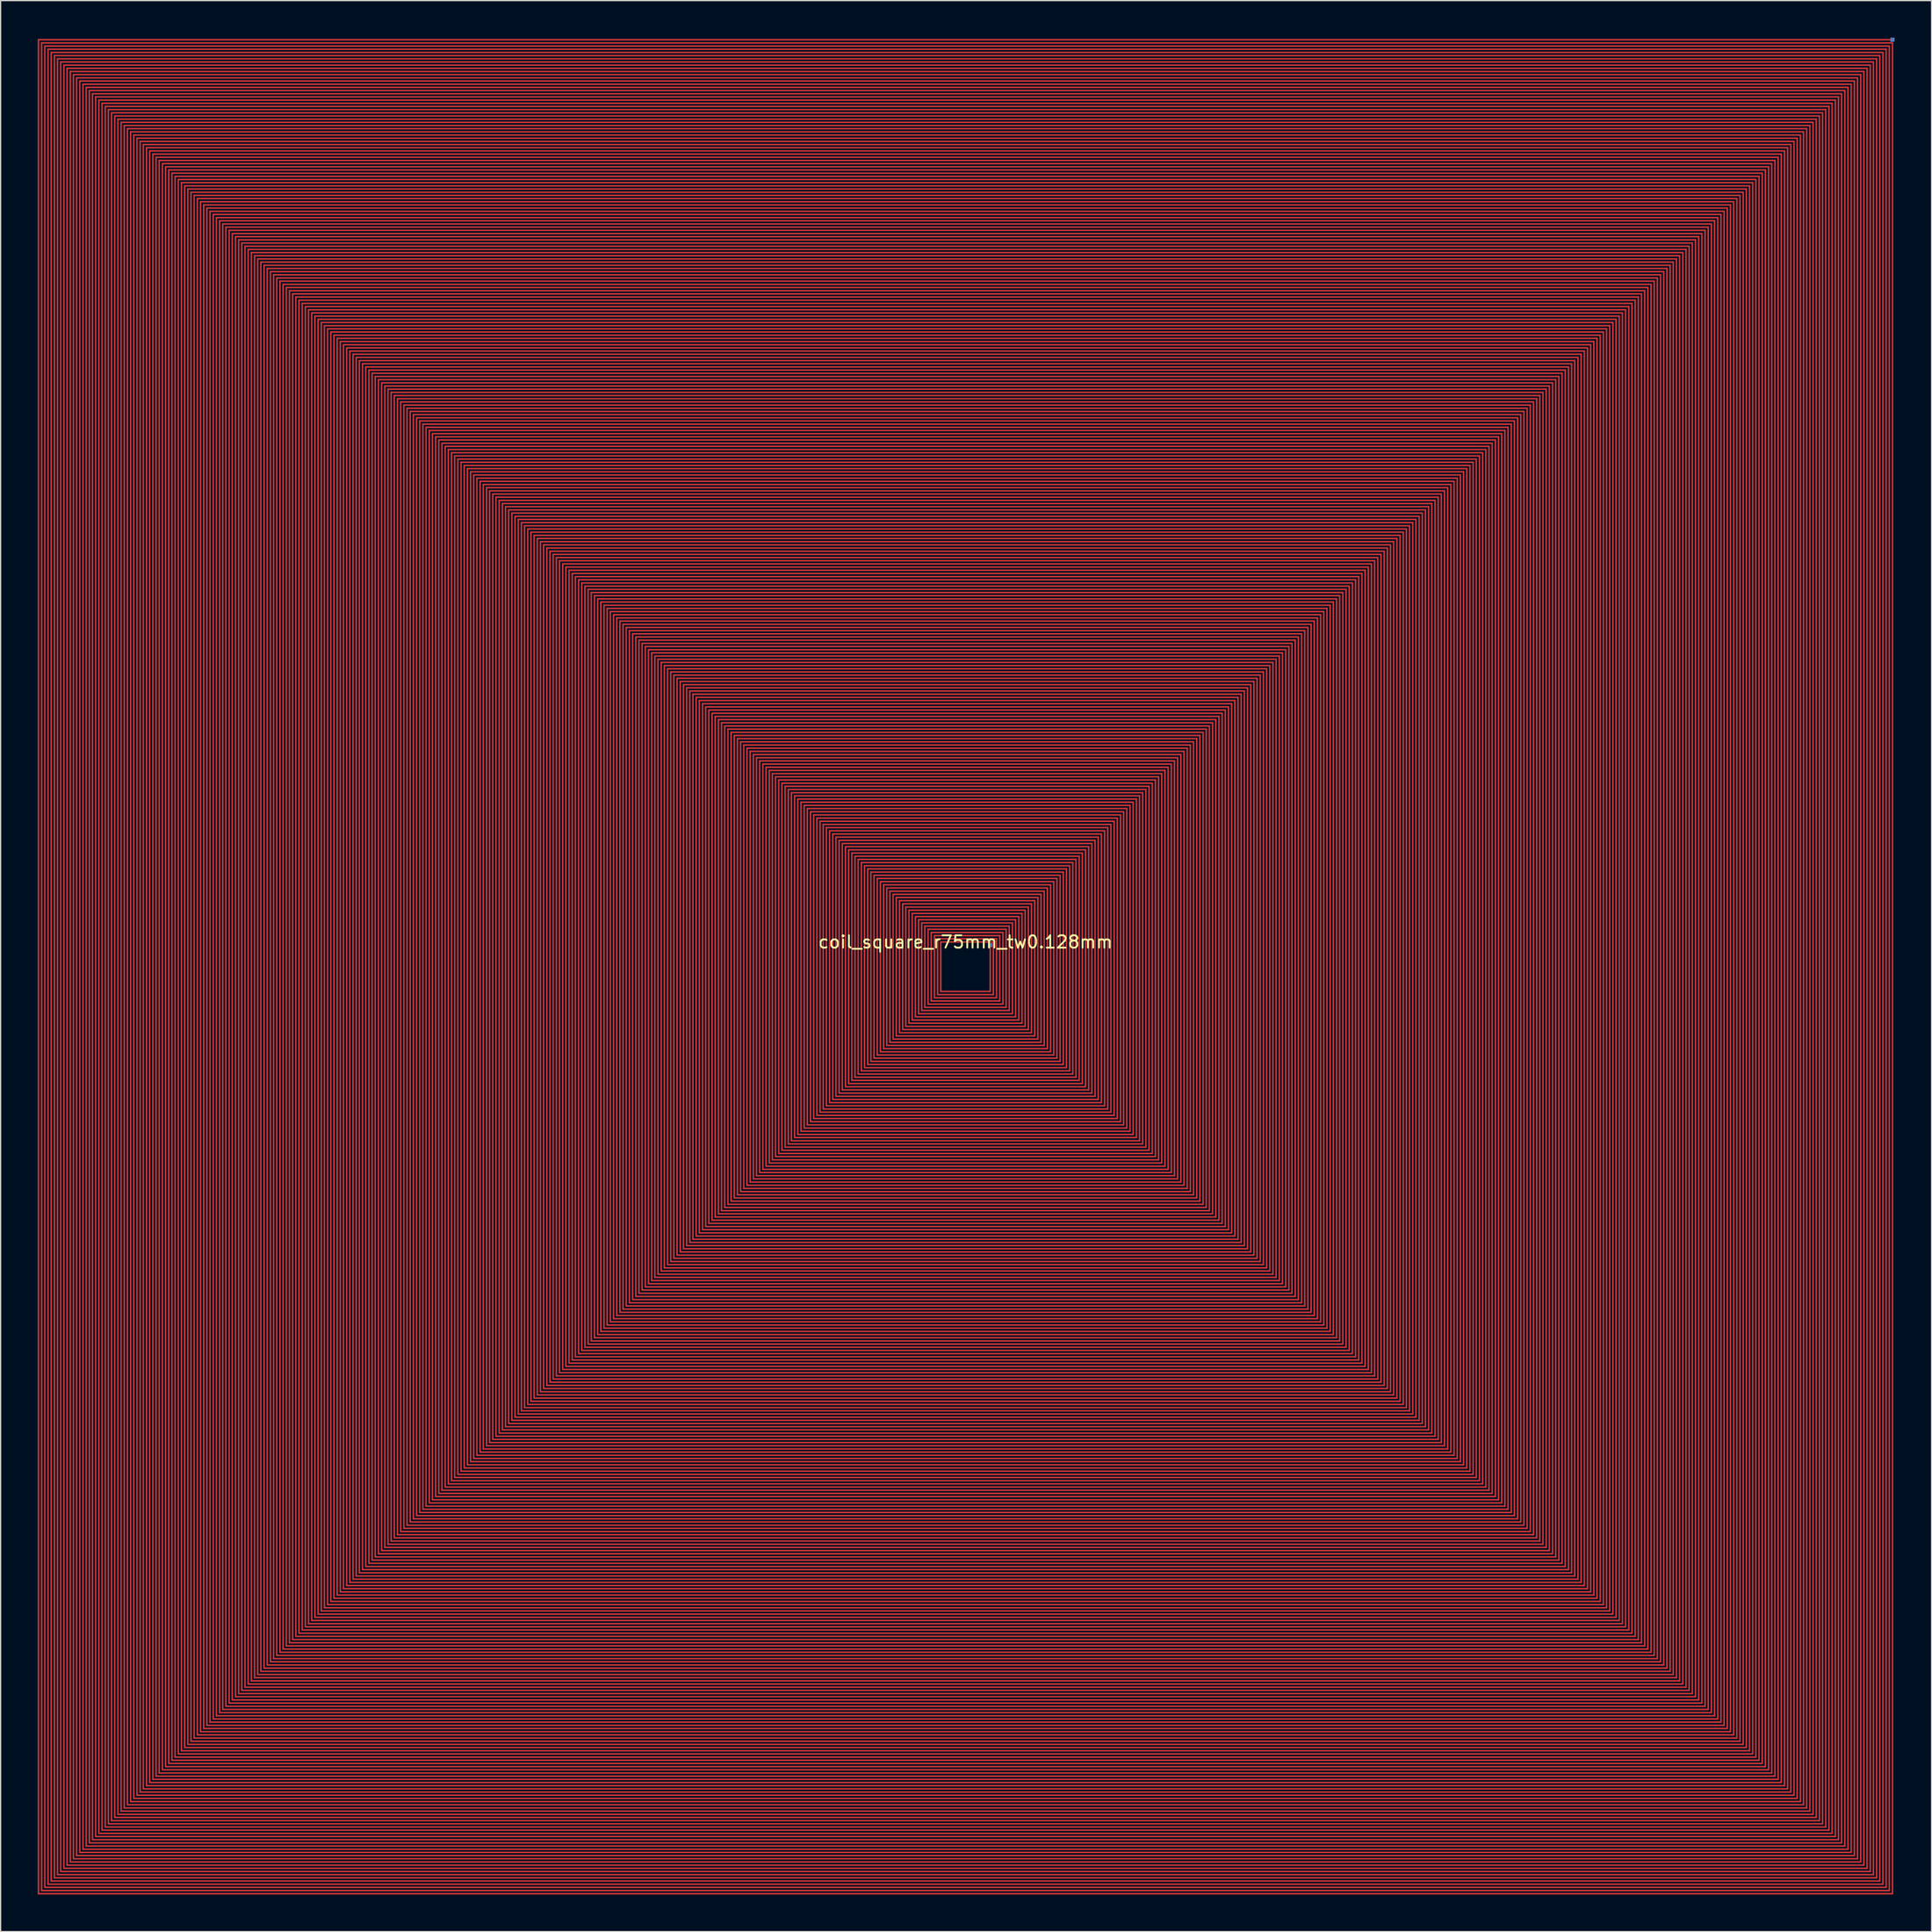
<source format=kicad_pcb>
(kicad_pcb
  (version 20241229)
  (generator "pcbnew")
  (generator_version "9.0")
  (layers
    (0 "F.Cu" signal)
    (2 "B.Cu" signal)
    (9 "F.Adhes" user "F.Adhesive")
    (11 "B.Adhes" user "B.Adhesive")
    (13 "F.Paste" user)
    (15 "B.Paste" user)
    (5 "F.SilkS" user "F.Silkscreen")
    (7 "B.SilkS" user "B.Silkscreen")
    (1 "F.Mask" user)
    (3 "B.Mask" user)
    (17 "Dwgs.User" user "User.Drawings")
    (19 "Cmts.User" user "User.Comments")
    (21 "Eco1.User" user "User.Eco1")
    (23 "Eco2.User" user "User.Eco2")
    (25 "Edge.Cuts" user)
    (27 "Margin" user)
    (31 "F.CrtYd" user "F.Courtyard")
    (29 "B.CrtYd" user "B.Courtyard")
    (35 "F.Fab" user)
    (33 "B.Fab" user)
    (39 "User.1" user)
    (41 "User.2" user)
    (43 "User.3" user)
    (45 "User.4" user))
  (footprint "coil_square_r75mm_tw0.128mm"
    (layer "F.Cu")
    (at 75.064 75.163)
    (property "Reference" "coil_square_r75mm_tw0.128mm" (at 0 -2 0) (layer "F.SilkS") (effects (font (size 1 1) (thickness 0.15))))
    (attr through_hole)
    (fp_line (start -75 -75) (end -75 75) (stroke (width 0.128) (type solid)) (layer "F.Cu"))
    (fp_line (start -75 75) (end 75 75) (stroke (width 0.128) (type solid)) (layer "F.Cu"))
    (fp_line (start -74.743 -74.743) (end -74.743 74.743) (stroke (width 0.128) (type solid)) (layer "F.Cu"))
    (fp_line (start -74.743 74.743) (end 74.743 74.743) (stroke (width 0.128) (type solid)) (layer "F.Cu"))
    (fp_line (start -74.486 -74.486) (end -74.486 74.486) (stroke (width 0.128) (type solid)) (layer "F.Cu"))
    (fp_line (start -74.486 74.486) (end 74.486 74.486) (stroke (width 0.128) (type solid)) (layer "F.Cu"))
    (fp_line (start -74.229 -74.229) (end -74.229 74.229) (stroke (width 0.128) (type solid)) (layer "F.Cu"))
    (fp_line (start -74.229 74.229) (end 74.229 74.229) (stroke (width 0.128) (type solid)) (layer "F.Cu"))
    (fp_line (start -73.972 -73.972) (end -73.972 73.972) (stroke (width 0.128) (type solid)) (layer "F.Cu"))
    (fp_line (start -73.972 73.972) (end 73.972 73.972) (stroke (width 0.128) (type solid)) (layer "F.Cu"))
    (fp_line (start -73.715 -73.715) (end -73.715 73.715) (stroke (width 0.128) (type solid)) (layer "F.Cu"))
    (fp_line (start -73.715 73.715) (end 73.715 73.715) (stroke (width 0.128) (type solid)) (layer "F.Cu"))
    (fp_line (start -73.458 -73.458) (end -73.458 73.458) (stroke (width 0.128) (type solid)) (layer "F.Cu"))
    (fp_line (start -73.458 73.458) (end 73.458 73.458) (stroke (width 0.128) (type solid)) (layer "F.Cu"))
    (fp_line (start -73.201 -73.201) (end -73.201 73.201) (stroke (width 0.128) (type solid)) (layer "F.Cu"))
    (fp_line (start -73.201 73.201) (end 73.201 73.201) (stroke (width 0.128) (type solid)) (layer "F.Cu"))
    (fp_line (start -72.944 -72.944) (end -72.944 72.944) (stroke (width 0.128) (type solid)) (layer "F.Cu"))
    (fp_line (start -72.944 72.944) (end 72.944 72.944) (stroke (width 0.128) (type solid)) (layer "F.Cu"))
    (fp_line (start -72.687 -72.687) (end -72.687 72.687) (stroke (width 0.128) (type solid)) (layer "F.Cu"))
    (fp_line (start -72.687 72.687) (end 72.687 72.687) (stroke (width 0.128) (type solid)) (layer "F.Cu"))
    (fp_line (start -72.43 -72.43) (end -72.43 72.43) (stroke (width 0.128) (type solid)) (layer "F.Cu"))
    (fp_line (start -72.43 72.43) (end 72.43 72.43) (stroke (width 0.128) (type solid)) (layer "F.Cu"))
    (fp_line (start -72.173 -72.173) (end -72.173 72.173) (stroke (width 0.128) (type solid)) (layer "F.Cu"))
    (fp_line (start -72.173 72.173) (end 72.173 72.173) (stroke (width 0.128) (type solid)) (layer "F.Cu"))
    (fp_line (start -71.915 -71.915) (end -71.915 71.915) (stroke (width 0.128) (type solid)) (layer "F.Cu"))
    (fp_line (start -71.915 71.915) (end 71.915 71.915) (stroke (width 0.128) (type solid)) (layer "F.Cu"))
    (fp_line (start -71.658 -71.658) (end -71.658 71.658) (stroke (width 0.128) (type solid)) (layer "F.Cu"))
    (fp_line (start -71.658 71.658) (end 71.658 71.658) (stroke (width 0.128) (type solid)) (layer "F.Cu"))
    (fp_line (start -71.401 -71.401) (end -71.401 71.401) (stroke (width 0.128) (type solid)) (layer "F.Cu"))
    (fp_line (start -71.401 71.401) (end 71.401 71.401) (stroke (width 0.128) (type solid)) (layer "F.Cu"))
    (fp_line (start -71.144 -71.144) (end -71.144 71.144) (stroke (width 0.128) (type solid)) (layer "F.Cu"))
    (fp_line (start -71.144 71.144) (end 71.144 71.144) (stroke (width 0.128) (type solid)) (layer "F.Cu"))
    (fp_line (start -70.887 -70.887) (end -70.887 70.887) (stroke (width 0.128) (type solid)) (layer "F.Cu"))
    (fp_line (start -70.887 70.887) (end 70.887 70.887) (stroke (width 0.128) (type solid)) (layer "F.Cu"))
    (fp_line (start -70.63 -70.63) (end -70.63 70.63) (stroke (width 0.128) (type solid)) (layer "F.Cu"))
    (fp_line (start -70.63 70.63) (end 70.63 70.63) (stroke (width 0.128) (type solid)) (layer "F.Cu"))
    (fp_line (start -70.373 -70.373) (end -70.373 70.373) (stroke (width 0.128) (type solid)) (layer "F.Cu"))
    (fp_line (start -70.373 70.373) (end 70.373 70.373) (stroke (width 0.128) (type solid)) (layer "F.Cu"))
    (fp_line (start -70.116 -70.116) (end -70.116 70.116) (stroke (width 0.128) (type solid)) (layer "F.Cu"))
    (fp_line (start -70.116 70.116) (end 70.116 70.116) (stroke (width 0.128) (type solid)) (layer "F.Cu"))
    (fp_line (start -69.859 -69.859) (end -69.859 69.859) (stroke (width 0.128) (type solid)) (layer "F.Cu"))
    (fp_line (start -69.859 69.859) (end 69.859 69.859) (stroke (width 0.128) (type solid)) (layer "F.Cu"))
    (fp_line (start -69.602 -69.602) (end -69.602 69.602) (stroke (width 0.128) (type solid)) (layer "F.Cu"))
    (fp_line (start -69.602 69.602) (end 69.602 69.602) (stroke (width 0.128) (type solid)) (layer "F.Cu"))
    (fp_line (start -69.345 -69.345) (end -69.345 69.345) (stroke (width 0.128) (type solid)) (layer "F.Cu"))
    (fp_line (start -69.345 69.345) (end 69.345 69.345) (stroke (width 0.128) (type solid)) (layer "F.Cu"))
    (fp_line (start -69.088 -69.088) (end -69.088 69.088) (stroke (width 0.128) (type solid)) (layer "F.Cu"))
    (fp_line (start -69.088 69.088) (end 69.088 69.088) (stroke (width 0.128) (type solid)) (layer "F.Cu"))
    (fp_line (start -68.831 -68.831) (end -68.831 68.831) (stroke (width 0.128) (type solid)) (layer "F.Cu"))
    (fp_line (start -68.831 68.831) (end 68.831 68.831) (stroke (width 0.128) (type solid)) (layer "F.Cu"))
    (fp_line (start -68.574 -68.574) (end -68.574 68.574) (stroke (width 0.128) (type solid)) (layer "F.Cu"))
    (fp_line (start -68.574 68.574) (end 68.574 68.574) (stroke (width 0.128) (type solid)) (layer "F.Cu"))
    (fp_line (start -68.317 -68.317) (end -68.317 68.317) (stroke (width 0.128) (type solid)) (layer "F.Cu"))
    (fp_line (start -68.317 68.317) (end 68.317 68.317) (stroke (width 0.128) (type solid)) (layer "F.Cu"))
    (fp_line (start -68.06 -68.06) (end -68.06 68.06) (stroke (width 0.128) (type solid)) (layer "F.Cu"))
    (fp_line (start -68.06 68.06) (end 68.06 68.06) (stroke (width 0.128) (type solid)) (layer "F.Cu"))
    (fp_line (start -67.803 -67.803) (end -67.803 67.803) (stroke (width 0.128) (type solid)) (layer "F.Cu"))
    (fp_line (start -67.803 67.803) (end 67.803 67.803) (stroke (width 0.128) (type solid)) (layer "F.Cu"))
    (fp_line (start -67.546 -67.546) (end -67.546 67.546) (stroke (width 0.128) (type solid)) (layer "F.Cu"))
    (fp_line (start -67.546 67.546) (end 67.546 67.546) (stroke (width 0.128) (type solid)) (layer "F.Cu"))
    (fp_line (start -67.289 -67.289) (end -67.289 67.289) (stroke (width 0.128) (type solid)) (layer "F.Cu"))
    (fp_line (start -67.289 67.289) (end 67.289 67.289) (stroke (width 0.128) (type solid)) (layer "F.Cu"))
    (fp_line (start -67.032 -67.032) (end -67.032 67.032) (stroke (width 0.128) (type solid)) (layer "F.Cu"))
    (fp_line (start -67.032 67.032) (end 67.032 67.032) (stroke (width 0.128) (type solid)) (layer "F.Cu"))
    (fp_line (start -66.775 -66.775) (end -66.775 66.775) (stroke (width 0.128) (type solid)) (layer "F.Cu"))
    (fp_line (start -66.775 66.775) (end 66.775 66.775) (stroke (width 0.128) (type solid)) (layer "F.Cu"))
    (fp_line (start -66.518 -66.518) (end -66.518 66.518) (stroke (width 0.128) (type solid)) (layer "F.Cu"))
    (fp_line (start -66.518 66.518) (end 66.518 66.518) (stroke (width 0.128) (type solid)) (layer "F.Cu"))
    (fp_line (start -66.261 -66.261) (end -66.261 66.261) (stroke (width 0.128) (type solid)) (layer "F.Cu"))
    (fp_line (start -66.261 66.261) (end 66.261 66.261) (stroke (width 0.128) (type solid)) (layer "F.Cu"))
    (fp_line (start -66.004 -66.004) (end -66.004 66.004) (stroke (width 0.128) (type solid)) (layer "F.Cu"))
    (fp_line (start -66.004 66.004) (end 66.004 66.004) (stroke (width 0.128) (type solid)) (layer "F.Cu"))
    (fp_line (start -65.746 -65.746) (end -65.746 65.746) (stroke (width 0.128) (type solid)) (layer "F.Cu"))
    (fp_line (start -65.746 65.746) (end 65.746 65.746) (stroke (width 0.128) (type solid)) (layer "F.Cu"))
    (fp_line (start -65.489 -65.489) (end -65.489 65.489) (stroke (width 0.128) (type solid)) (layer "F.Cu"))
    (fp_line (start -65.489 65.489) (end 65.489 65.489) (stroke (width 0.128) (type solid)) (layer "F.Cu"))
    (fp_line (start -65.232 -65.232) (end -65.232 65.232) (stroke (width 0.128) (type solid)) (layer "F.Cu"))
    (fp_line (start -65.232 65.232) (end 65.232 65.232) (stroke (width 0.128) (type solid)) (layer "F.Cu"))
    (fp_line (start -64.975 -64.975) (end -64.975 64.975) (stroke (width 0.128) (type solid)) (layer "F.Cu"))
    (fp_line (start -64.975 64.975) (end 64.975 64.975) (stroke (width 0.128) (type solid)) (layer "F.Cu"))
    (fp_line (start -64.718 -64.718) (end -64.718 64.718) (stroke (width 0.128) (type solid)) (layer "F.Cu"))
    (fp_line (start -64.718 64.718) (end 64.718 64.718) (stroke (width 0.128) (type solid)) (layer "F.Cu"))
    (fp_line (start -64.461 -64.461) (end -64.461 64.461) (stroke (width 0.128) (type solid)) (layer "F.Cu"))
    (fp_line (start -64.461 64.461) (end 64.461 64.461) (stroke (width 0.128) (type solid)) (layer "F.Cu"))
    (fp_line (start -64.204 -64.204) (end -64.204 64.204) (stroke (width 0.128) (type solid)) (layer "F.Cu"))
    (fp_line (start -64.204 64.204) (end 64.204 64.204) (stroke (width 0.128) (type solid)) (layer "F.Cu"))
    (fp_line (start -63.947 -63.947) (end -63.947 63.947) (stroke (width 0.128) (type solid)) (layer "F.Cu"))
    (fp_line (start -63.947 63.947) (end 63.947 63.947) (stroke (width 0.128) (type solid)) (layer "F.Cu"))
    (fp_line (start -63.69 -63.69) (end -63.69 63.69) (stroke (width 0.128) (type solid)) (layer "F.Cu"))
    (fp_line (start -63.69 63.69) (end 63.69 63.69) (stroke (width 0.128) (type solid)) (layer "F.Cu"))
    (fp_line (start -63.433 -63.433) (end -63.433 63.433) (stroke (width 0.128) (type solid)) (layer "F.Cu"))
    (fp_line (start -63.433 63.433) (end 63.433 63.433) (stroke (width 0.128) (type solid)) (layer "F.Cu"))
    (fp_line (start -63.176 -63.176) (end -63.176 63.176) (stroke (width 0.128) (type solid)) (layer "F.Cu"))
    (fp_line (start -63.176 63.176) (end 63.176 63.176) (stroke (width 0.128) (type solid)) (layer "F.Cu"))
    (fp_line (start -62.919 -62.919) (end -62.919 62.919) (stroke (width 0.128) (type solid)) (layer "F.Cu"))
    (fp_line (start -62.919 62.919) (end 62.919 62.919) (stroke (width 0.128) (type solid)) (layer "F.Cu"))
    (fp_line (start -62.662 -62.662) (end -62.662 62.662) (stroke (width 0.128) (type solid)) (layer "F.Cu"))
    (fp_line (start -62.662 62.662) (end 62.662 62.662) (stroke (width 0.128) (type solid)) (layer "F.Cu"))
    (fp_line (start -62.405 -62.405) (end -62.405 62.405) (stroke (width 0.128) (type solid)) (layer "F.Cu"))
    (fp_line (start -62.405 62.405) (end 62.405 62.405) (stroke (width 0.128) (type solid)) (layer "F.Cu"))
    (fp_line (start -62.148 -62.148) (end -62.148 62.148) (stroke (width 0.128) (type solid)) (layer "F.Cu"))
    (fp_line (start -62.148 62.148) (end 62.148 62.148) (stroke (width 0.128) (type solid)) (layer "F.Cu"))
    (fp_line (start -61.891 -61.891) (end -61.891 61.891) (stroke (width 0.128) (type solid)) (layer "F.Cu"))
    (fp_line (start -61.891 61.891) (end 61.891 61.891) (stroke (width 0.128) (type solid)) (layer "F.Cu"))
    (fp_line (start -61.634 -61.634) (end -61.634 61.634) (stroke (width 0.128) (type solid)) (layer "F.Cu"))
    (fp_line (start -61.634 61.634) (end 61.634 61.634) (stroke (width 0.128) (type solid)) (layer "F.Cu"))
    (fp_line (start -61.377 -61.377) (end -61.377 61.377) (stroke (width 0.128) (type solid)) (layer "F.Cu"))
    (fp_line (start -61.377 61.377) (end 61.377 61.377) (stroke (width 0.128) (type solid)) (layer "F.Cu"))
    (fp_line (start -61.12 -61.12) (end -61.12 61.12) (stroke (width 0.128) (type solid)) (layer "F.Cu"))
    (fp_line (start -61.12 61.12) (end 61.12 61.12) (stroke (width 0.128) (type solid)) (layer "F.Cu"))
    (fp_line (start -60.863 -60.863) (end -60.863 60.863) (stroke (width 0.128) (type solid)) (layer "F.Cu"))
    (fp_line (start -60.863 60.863) (end 60.863 60.863) (stroke (width 0.128) (type solid)) (layer "F.Cu"))
    (fp_line (start -60.606 -60.606) (end -60.606 60.606) (stroke (width 0.128) (type solid)) (layer "F.Cu"))
    (fp_line (start -60.606 60.606) (end 60.606 60.606) (stroke (width 0.128) (type solid)) (layer "F.Cu"))
    (fp_line (start -60.349 -60.349) (end -60.349 60.349) (stroke (width 0.128) (type solid)) (layer "F.Cu"))
    (fp_line (start -60.349 60.349) (end 60.349 60.349) (stroke (width 0.128) (type solid)) (layer "F.Cu"))
    (fp_line (start -60.092 -60.092) (end -60.092 60.092) (stroke (width 0.128) (type solid)) (layer "F.Cu"))
    (fp_line (start -60.092 60.092) (end 60.092 60.092) (stroke (width 0.128) (type solid)) (layer "F.Cu"))
    (fp_line (start -59.835 -59.835) (end -59.835 59.835) (stroke (width 0.128) (type solid)) (layer "F.Cu"))
    (fp_line (start -59.835 59.835) (end 59.835 59.835) (stroke (width 0.128) (type solid)) (layer "F.Cu"))
    (fp_line (start -59.577 -59.577) (end -59.577 59.577) (stroke (width 0.128) (type solid)) (layer "F.Cu"))
    (fp_line (start -59.577 59.577) (end 59.577 59.577) (stroke (width 0.128) (type solid)) (layer "F.Cu"))
    (fp_line (start -59.32 -59.32) (end -59.32 59.32) (stroke (width 0.128) (type solid)) (layer "F.Cu"))
    (fp_line (start -59.32 59.32) (end 59.32 59.32) (stroke (width 0.128) (type solid)) (layer "F.Cu"))
    (fp_line (start -59.063 -59.063) (end -59.063 59.063) (stroke (width 0.128) (type solid)) (layer "F.Cu"))
    (fp_line (start -59.063 59.063) (end 59.063 59.063) (stroke (width 0.128) (type solid)) (layer "F.Cu"))
    (fp_line (start -58.806 -58.806) (end -58.806 58.806) (stroke (width 0.128) (type solid)) (layer "F.Cu"))
    (fp_line (start -58.806 58.806) (end 58.806 58.806) (stroke (width 0.128) (type solid)) (layer "F.Cu"))
    (fp_line (start -58.549 -58.549) (end -58.549 58.549) (stroke (width 0.128) (type solid)) (layer "F.Cu"))
    (fp_line (start -58.549 58.549) (end 58.549 58.549) (stroke (width 0.128) (type solid)) (layer "F.Cu"))
    (fp_line (start -58.292 -58.292) (end -58.292 58.292) (stroke (width 0.128) (type solid)) (layer "F.Cu"))
    (fp_line (start -58.292 58.292) (end 58.292 58.292) (stroke (width 0.128) (type solid)) (layer "F.Cu"))
    (fp_line (start -58.035 -58.035) (end -58.035 58.035) (stroke (width 0.128) (type solid)) (layer "F.Cu"))
    (fp_line (start -58.035 58.035) (end 58.035 58.035) (stroke (width 0.128) (type solid)) (layer "F.Cu"))
    (fp_line (start -57.778 -57.778) (end -57.778 57.778) (stroke (width 0.128) (type solid)) (layer "F.Cu"))
    (fp_line (start -57.778 57.778) (end 57.778 57.778) (stroke (width 0.128) (type solid)) (layer "F.Cu"))
    (fp_line (start -57.521 -57.521) (end -57.521 57.521) (stroke (width 0.128) (type solid)) (layer "F.Cu"))
    (fp_line (start -57.521 57.521) (end 57.521 57.521) (stroke (width 0.128) (type solid)) (layer "F.Cu"))
    (fp_line (start -57.264 -57.264) (end -57.264 57.264) (stroke (width 0.128) (type solid)) (layer "F.Cu"))
    (fp_line (start -57.264 57.264) (end 57.264 57.264) (stroke (width 0.128) (type solid)) (layer "F.Cu"))
    (fp_line (start -57.007 -57.007) (end -57.007 57.007) (stroke (width 0.128) (type solid)) (layer "F.Cu"))
    (fp_line (start -57.007 57.007) (end 57.007 57.007) (stroke (width 0.128) (type solid)) (layer "F.Cu"))
    (fp_line (start -56.75 -56.75) (end -56.75 56.75) (stroke (width 0.128) (type solid)) (layer "F.Cu"))
    (fp_line (start -56.75 56.75) (end 56.75 56.75) (stroke (width 0.128) (type solid)) (layer "F.Cu"))
    (fp_line (start -56.493 -56.493) (end -56.493 56.493) (stroke (width 0.128) (type solid)) (layer "F.Cu"))
    (fp_line (start -56.493 56.493) (end 56.493 56.493) (stroke (width 0.128) (type solid)) (layer "F.Cu"))
    (fp_line (start -56.236 -56.236) (end -56.236 56.236) (stroke (width 0.128) (type solid)) (layer "F.Cu"))
    (fp_line (start -56.236 56.236) (end 56.236 56.236) (stroke (width 0.128) (type solid)) (layer "F.Cu"))
    (fp_line (start -55.979 -55.979) (end -55.979 55.979) (stroke (width 0.128) (type solid)) (layer "F.Cu"))
    (fp_line (start -55.979 55.979) (end 55.979 55.979) (stroke (width 0.128) (type solid)) (layer "F.Cu"))
    (fp_line (start -55.722 -55.722) (end -55.722 55.722) (stroke (width 0.128) (type solid)) (layer "F.Cu"))
    (fp_line (start -55.722 55.722) (end 55.722 55.722) (stroke (width 0.128) (type solid)) (layer "F.Cu"))
    (fp_line (start -55.465 -55.465) (end -55.465 55.465) (stroke (width 0.128) (type solid)) (layer "F.Cu"))
    (fp_line (start -55.465 55.465) (end 55.465 55.465) (stroke (width 0.128) (type solid)) (layer "F.Cu"))
    (fp_line (start -55.208 -55.208) (end -55.208 55.208) (stroke (width 0.128) (type solid)) (layer "F.Cu"))
    (fp_line (start -55.208 55.208) (end 55.208 55.208) (stroke (width 0.128) (type solid)) (layer "F.Cu"))
    (fp_line (start -54.951 -54.951) (end -54.951 54.951) (stroke (width 0.128) (type solid)) (layer "F.Cu"))
    (fp_line (start -54.951 54.951) (end 54.951 54.951) (stroke (width 0.128) (type solid)) (layer "F.Cu"))
    (fp_line (start -54.694 -54.694) (end -54.694 54.694) (stroke (width 0.128) (type solid)) (layer "F.Cu"))
    (fp_line (start -54.694 54.694) (end 54.694 54.694) (stroke (width 0.128) (type solid)) (layer "F.Cu"))
    (fp_line (start -54.437 -54.437) (end -54.437 54.437) (stroke (width 0.128) (type solid)) (layer "F.Cu"))
    (fp_line (start -54.437 54.437) (end 54.437 54.437) (stroke (width 0.128) (type solid)) (layer "F.Cu"))
    (fp_line (start -54.18 -54.18) (end -54.18 54.18) (stroke (width 0.128) (type solid)) (layer "F.Cu"))
    (fp_line (start -54.18 54.18) (end 54.18 54.18) (stroke (width 0.128) (type solid)) (layer "F.Cu"))
    (fp_line (start -53.923 -53.923) (end -53.923 53.923) (stroke (width 0.128) (type solid)) (layer "F.Cu"))
    (fp_line (start -53.923 53.923) (end 53.923 53.923) (stroke (width 0.128) (type solid)) (layer "F.Cu"))
    (fp_line (start -53.665 -53.665) (end -53.665 53.665) (stroke (width 0.128) (type solid)) (layer "F.Cu"))
    (fp_line (start -53.665 53.665) (end 53.665 53.665) (stroke (width 0.128) (type solid)) (layer "F.Cu"))
    (fp_line (start -53.408 -53.408) (end -53.408 53.408) (stroke (width 0.128) (type solid)) (layer "F.Cu"))
    (fp_line (start -53.408 53.408) (end 53.408 53.408) (stroke (width 0.128) (type solid)) (layer "F.Cu"))
    (fp_line (start -53.151 -53.151) (end -53.151 53.151) (stroke (width 0.128) (type solid)) (layer "F.Cu"))
    (fp_line (start -53.151 53.151) (end 53.151 53.151) (stroke (width 0.128) (type solid)) (layer "F.Cu"))
    (fp_line (start -52.894 -52.894) (end -52.894 52.894) (stroke (width 0.128) (type solid)) (layer "F.Cu"))
    (fp_line (start -52.894 52.894) (end 52.894 52.894) (stroke (width 0.128) (type solid)) (layer "F.Cu"))
    (fp_line (start -52.637 -52.637) (end -52.637 52.637) (stroke (width 0.128) (type solid)) (layer "F.Cu"))
    (fp_line (start -52.637 52.637) (end 52.637 52.637) (stroke (width 0.128) (type solid)) (layer "F.Cu"))
    (fp_line (start -52.38 -52.38) (end -52.38 52.38) (stroke (width 0.128) (type solid)) (layer "F.Cu"))
    (fp_line (start -52.38 52.38) (end 52.38 52.38) (stroke (width 0.128) (type solid)) (layer "F.Cu"))
    (fp_line (start -52.123 -52.123) (end -52.123 52.123) (stroke (width 0.128) (type solid)) (layer "F.Cu"))
    (fp_line (start -52.123 52.123) (end 52.123 52.123) (stroke (width 0.128) (type solid)) (layer "F.Cu"))
    (fp_line (start -51.866 -51.866) (end -51.866 51.866) (stroke (width 0.128) (type solid)) (layer "F.Cu"))
    (fp_line (start -51.866 51.866) (end 51.866 51.866) (stroke (width 0.128) (type solid)) (layer "F.Cu"))
    (fp_line (start -51.609 -51.609) (end -51.609 51.609) (stroke (width 0.128) (type solid)) (layer "F.Cu"))
    (fp_line (start -51.609 51.609) (end 51.609 51.609) (stroke (width 0.128) (type solid)) (layer "F.Cu"))
    (fp_line (start -51.352 -51.352) (end -51.352 51.352) (stroke (width 0.128) (type solid)) (layer "F.Cu"))
    (fp_line (start -51.352 51.352) (end 51.352 51.352) (stroke (width 0.128) (type solid)) (layer "F.Cu"))
    (fp_line (start -51.095 -51.095) (end -51.095 51.095) (stroke (width 0.128) (type solid)) (layer "F.Cu"))
    (fp_line (start -51.095 51.095) (end 51.095 51.095) (stroke (width 0.128) (type solid)) (layer "F.Cu"))
    (fp_line (start -50.838 -50.838) (end -50.838 50.838) (stroke (width 0.128) (type solid)) (layer "F.Cu"))
    (fp_line (start -50.838 50.838) (end 50.838 50.838) (stroke (width 0.128) (type solid)) (layer "F.Cu"))
    (fp_line (start -50.581 -50.581) (end -50.581 50.581) (stroke (width 0.128) (type solid)) (layer "F.Cu"))
    (fp_line (start -50.581 50.581) (end 50.581 50.581) (stroke (width 0.128) (type solid)) (layer "F.Cu"))
    (fp_line (start -50.324 -50.324) (end -50.324 50.324) (stroke (width 0.128) (type solid)) (layer "F.Cu"))
    (fp_line (start -50.324 50.324) (end 50.324 50.324) (stroke (width 0.128) (type solid)) (layer "F.Cu"))
    (fp_line (start -50.067 -50.067) (end -50.067 50.067) (stroke (width 0.128) (type solid)) (layer "F.Cu"))
    (fp_line (start -50.067 50.067) (end 50.067 50.067) (stroke (width 0.128) (type solid)) (layer "F.Cu"))
    (fp_line (start -49.81 -49.81) (end -49.81 49.81) (stroke (width 0.128) (type solid)) (layer "F.Cu"))
    (fp_line (start -49.81 49.81) (end 49.81 49.81) (stroke (width 0.128) (type solid)) (layer "F.Cu"))
    (fp_line (start -49.553 -49.553) (end -49.553 49.553) (stroke (width 0.128) (type solid)) (layer "F.Cu"))
    (fp_line (start -49.553 49.553) (end 49.553 49.553) (stroke (width 0.128) (type solid)) (layer "F.Cu"))
    (fp_line (start -49.296 -49.296) (end -49.296 49.296) (stroke (width 0.128) (type solid)) (layer "F.Cu"))
    (fp_line (start -49.296 49.296) (end 49.296 49.296) (stroke (width 0.128) (type solid)) (layer "F.Cu"))
    (fp_line (start -49.039 -49.039) (end -49.039 49.039) (stroke (width 0.128) (type solid)) (layer "F.Cu"))
    (fp_line (start -49.039 49.039) (end 49.039 49.039) (stroke (width 0.128) (type solid)) (layer "F.Cu"))
    (fp_line (start -48.782 -48.782) (end -48.782 48.782) (stroke (width 0.128) (type solid)) (layer "F.Cu"))
    (fp_line (start -48.782 48.782) (end 48.782 48.782) (stroke (width 0.128) (type solid)) (layer "F.Cu"))
    (fp_line (start -48.525 -48.525) (end -48.525 48.525) (stroke (width 0.128) (type solid)) (layer "F.Cu"))
    (fp_line (start -48.525 48.525) (end 48.525 48.525) (stroke (width 0.128) (type solid)) (layer "F.Cu"))
    (fp_line (start -48.268 -48.268) (end -48.268 48.268) (stroke (width 0.128) (type solid)) (layer "F.Cu"))
    (fp_line (start -48.268 48.268) (end 48.268 48.268) (stroke (width 0.128) (type solid)) (layer "F.Cu"))
    (fp_line (start -48.011 -48.011) (end -48.011 48.011) (stroke (width 0.128) (type solid)) (layer "F.Cu"))
    (fp_line (start -48.011 48.011) (end 48.011 48.011) (stroke (width 0.128) (type solid)) (layer "F.Cu"))
    (fp_line (start -47.754 -47.754) (end -47.754 47.754) (stroke (width 0.128) (type solid)) (layer "F.Cu"))
    (fp_line (start -47.754 47.754) (end 47.754 47.754) (stroke (width 0.128) (type solid)) (layer "F.Cu"))
    (fp_line (start -47.496 -47.496) (end -47.496 47.496) (stroke (width 0.128) (type solid)) (layer "F.Cu"))
    (fp_line (start -47.496 47.496) (end 47.496 47.496) (stroke (width 0.128) (type solid)) (layer "F.Cu"))
    (fp_line (start -47.239 -47.239) (end -47.239 47.239) (stroke (width 0.128) (type solid)) (layer "F.Cu"))
    (fp_line (start -47.239 47.239) (end 47.239 47.239) (stroke (width 0.128) (type solid)) (layer "F.Cu"))
    (fp_line (start -46.982 -46.982) (end -46.982 46.982) (stroke (width 0.128) (type solid)) (layer "F.Cu"))
    (fp_line (start -46.982 46.982) (end 46.982 46.982) (stroke (width 0.128) (type solid)) (layer "F.Cu"))
    (fp_line (start -46.725 -46.725) (end -46.725 46.725) (stroke (width 0.128) (type solid)) (layer "F.Cu"))
    (fp_line (start -46.725 46.725) (end 46.725 46.725) (stroke (width 0.128) (type solid)) (layer "F.Cu"))
    (fp_line (start -46.468 -46.468) (end -46.468 46.468) (stroke (width 0.128) (type solid)) (layer "F.Cu"))
    (fp_line (start -46.468 46.468) (end 46.468 46.468) (stroke (width 0.128) (type solid)) (layer "F.Cu"))
    (fp_line (start -46.211 -46.211) (end -46.211 46.211) (stroke (width 0.128) (type solid)) (layer "F.Cu"))
    (fp_line (start -46.211 46.211) (end 46.211 46.211) (stroke (width 0.128) (type solid)) (layer "F.Cu"))
    (fp_line (start -45.954 -45.954) (end -45.954 45.954) (stroke (width 0.128) (type solid)) (layer "F.Cu"))
    (fp_line (start -45.954 45.954) (end 45.954 45.954) (stroke (width 0.128) (type solid)) (layer "F.Cu"))
    (fp_line (start -45.697 -45.697) (end -45.697 45.697) (stroke (width 0.128) (type solid)) (layer "F.Cu"))
    (fp_line (start -45.697 45.697) (end 45.697 45.697) (stroke (width 0.128) (type solid)) (layer "F.Cu"))
    (fp_line (start -45.44 -45.44) (end -45.44 45.44) (stroke (width 0.128) (type solid)) (layer "F.Cu"))
    (fp_line (start -45.44 45.44) (end 45.44 45.44) (stroke (width 0.128) (type solid)) (layer "F.Cu"))
    (fp_line (start -45.183 -45.183) (end -45.183 45.183) (stroke (width 0.128) (type solid)) (layer "F.Cu"))
    (fp_line (start -45.183 45.183) (end 45.183 45.183) (stroke (width 0.128) (type solid)) (layer "F.Cu"))
    (fp_line (start -44.926 -44.926) (end -44.926 44.926) (stroke (width 0.128) (type solid)) (layer "F.Cu"))
    (fp_line (start -44.926 44.926) (end 44.926 44.926) (stroke (width 0.128) (type solid)) (layer "F.Cu"))
    (fp_line (start -44.669 -44.669) (end -44.669 44.669) (stroke (width 0.128) (type solid)) (layer "F.Cu"))
    (fp_line (start -44.669 44.669) (end 44.669 44.669) (stroke (width 0.128) (type solid)) (layer "F.Cu"))
    (fp_line (start -44.412 -44.412) (end -44.412 44.412) (stroke (width 0.128) (type solid)) (layer "F.Cu"))
    (fp_line (start -44.412 44.412) (end 44.412 44.412) (stroke (width 0.128) (type solid)) (layer "F.Cu"))
    (fp_line (start -44.155 -44.155) (end -44.155 44.155) (stroke (width 0.128) (type solid)) (layer "F.Cu"))
    (fp_line (start -44.155 44.155) (end 44.155 44.155) (stroke (width 0.128) (type solid)) (layer "F.Cu"))
    (fp_line (start -43.898 -43.898) (end -43.898 43.898) (stroke (width 0.128) (type solid)) (layer "F.Cu"))
    (fp_line (start -43.898 43.898) (end 43.898 43.898) (stroke (width 0.128) (type solid)) (layer "F.Cu"))
    (fp_line (start -43.641 -43.641) (end -43.641 43.641) (stroke (width 0.128) (type solid)) (layer "F.Cu"))
    (fp_line (start -43.641 43.641) (end 43.641 43.641) (stroke (width 0.128) (type solid)) (layer "F.Cu"))
    (fp_line (start -43.384 -43.384) (end -43.384 43.384) (stroke (width 0.128) (type solid)) (layer "F.Cu"))
    (fp_line (start -43.384 43.384) (end 43.384 43.384) (stroke (width 0.128) (type solid)) (layer "F.Cu"))
    (fp_line (start -43.127 -43.127) (end -43.127 43.127) (stroke (width 0.128) (type solid)) (layer "F.Cu"))
    (fp_line (start -43.127 43.127) (end 43.127 43.127) (stroke (width 0.128) (type solid)) (layer "F.Cu"))
    (fp_line (start -42.87 -42.87) (end -42.87 42.87) (stroke (width 0.128) (type solid)) (layer "F.Cu"))
    (fp_line (start -42.87 42.87) (end 42.87 42.87) (stroke (width 0.128) (type solid)) (layer "F.Cu"))
    (fp_line (start -42.613 -42.613) (end -42.613 42.613) (stroke (width 0.128) (type solid)) (layer "F.Cu"))
    (fp_line (start -42.613 42.613) (end 42.613 42.613) (stroke (width 0.128) (type solid)) (layer "F.Cu"))
    (fp_line (start -42.356 -42.356) (end -42.356 42.356) (stroke (width 0.128) (type solid)) (layer "F.Cu"))
    (fp_line (start -42.356 42.356) (end 42.356 42.356) (stroke (width 0.128) (type solid)) (layer "F.Cu"))
    (fp_line (start -42.099 -42.099) (end -42.099 42.099) (stroke (width 0.128) (type solid)) (layer "F.Cu"))
    (fp_line (start -42.099 42.099) (end 42.099 42.099) (stroke (width 0.128) (type solid)) (layer "F.Cu"))
    (fp_line (start -41.842 -41.842) (end -41.842 41.842) (stroke (width 0.128) (type solid)) (layer "F.Cu"))
    (fp_line (start -41.842 41.842) (end 41.842 41.842) (stroke (width 0.128) (type solid)) (layer "F.Cu"))
    (fp_line (start -41.585 -41.585) (end -41.585 41.585) (stroke (width 0.128) (type solid)) (layer "F.Cu"))
    (fp_line (start -41.585 41.585) (end 41.585 41.585) (stroke (width 0.128) (type solid)) (layer "F.Cu"))
    (fp_line (start -41.327 -41.327) (end -41.327 41.327) (stroke (width 0.128) (type solid)) (layer "F.Cu"))
    (fp_line (start -41.327 41.327) (end 41.327 41.327) (stroke (width 0.128) (type solid)) (layer "F.Cu"))
    (fp_line (start -41.07 -41.07) (end -41.07 41.07) (stroke (width 0.128) (type solid)) (layer "F.Cu"))
    (fp_line (start -41.07 41.07) (end 41.07 41.07) (stroke (width 0.128) (type solid)) (layer "F.Cu"))
    (fp_line (start -40.813 -40.813) (end -40.813 40.813) (stroke (width 0.128) (type solid)) (layer "F.Cu"))
    (fp_line (start -40.813 40.813) (end 40.813 40.813) (stroke (width 0.128) (type solid)) (layer "F.Cu"))
    (fp_line (start -40.556 -40.556) (end -40.556 40.556) (stroke (width 0.128) (type solid)) (layer "F.Cu"))
    (fp_line (start -40.556 40.556) (end 40.556 40.556) (stroke (width 0.128) (type solid)) (layer "F.Cu"))
    (fp_line (start -40.299 -40.299) (end -40.299 40.299) (stroke (width 0.128) (type solid)) (layer "F.Cu"))
    (fp_line (start -40.299 40.299) (end 40.299 40.299) (stroke (width 0.128) (type solid)) (layer "F.Cu"))
    (fp_line (start -40.042 -40.042) (end -40.042 40.042) (stroke (width 0.128) (type solid)) (layer "F.Cu"))
    (fp_line (start -40.042 40.042) (end 40.042 40.042) (stroke (width 0.128) (type solid)) (layer "F.Cu"))
    (fp_line (start -39.785 -39.785) (end -39.785 39.785) (stroke (width 0.128) (type solid)) (layer "F.Cu"))
    (fp_line (start -39.785 39.785) (end 39.785 39.785) (stroke (width 0.128) (type solid)) (layer "F.Cu"))
    (fp_line (start -39.528 -39.528) (end -39.528 39.528) (stroke (width 0.128) (type solid)) (layer "F.Cu"))
    (fp_line (start -39.528 39.528) (end 39.528 39.528) (stroke (width 0.128) (type solid)) (layer "F.Cu"))
    (fp_line (start -39.271 -39.271) (end -39.271 39.271) (stroke (width 0.128) (type solid)) (layer "F.Cu"))
    (fp_line (start -39.271 39.271) (end 39.271 39.271) (stroke (width 0.128) (type solid)) (layer "F.Cu"))
    (fp_line (start -39.014 -39.014) (end -39.014 39.014) (stroke (width 0.128) (type solid)) (layer "F.Cu"))
    (fp_line (start -39.014 39.014) (end 39.014 39.014) (stroke (width 0.128) (type solid)) (layer "F.Cu"))
    (fp_line (start -38.757 -38.757) (end -38.757 38.757) (stroke (width 0.128) (type solid)) (layer "F.Cu"))
    (fp_line (start -38.757 38.757) (end 38.757 38.757) (stroke (width 0.128) (type solid)) (layer "F.Cu"))
    (fp_line (start -38.5 -38.5) (end -38.5 38.5) (stroke (width 0.128) (type solid)) (layer "F.Cu"))
    (fp_line (start -38.5 38.5) (end 38.5 38.5) (stroke (width 0.128) (type solid)) (layer "F.Cu"))
    (fp_line (start -38.243 -38.243) (end -38.243 38.243) (stroke (width 0.128) (type solid)) (layer "F.Cu"))
    (fp_line (start -38.243 38.243) (end 38.243 38.243) (stroke (width 0.128) (type solid)) (layer "F.Cu"))
    (fp_line (start -37.986 -37.986) (end -37.986 37.986) (stroke (width 0.128) (type solid)) (layer "F.Cu"))
    (fp_line (start -37.986 37.986) (end 37.986 37.986) (stroke (width 0.128) (type solid)) (layer "F.Cu"))
    (fp_line (start -37.729 -37.729) (end -37.729 37.729) (stroke (width 0.128) (type solid)) (layer "F.Cu"))
    (fp_line (start -37.729 37.729) (end 37.729 37.729) (stroke (width 0.128) (type solid)) (layer "F.Cu"))
    (fp_line (start -37.472 -37.472) (end -37.472 37.472) (stroke (width 0.128) (type solid)) (layer "F.Cu"))
    (fp_line (start -37.472 37.472) (end 37.472 37.472) (stroke (width 0.128) (type solid)) (layer "F.Cu"))
    (fp_line (start -37.215 -37.215) (end -37.215 37.215) (stroke (width 0.128) (type solid)) (layer "F.Cu"))
    (fp_line (start -37.215 37.215) (end 37.215 37.215) (stroke (width 0.128) (type solid)) (layer "F.Cu"))
    (fp_line (start -36.958 -36.958) (end -36.958 36.958) (stroke (width 0.128) (type solid)) (layer "F.Cu"))
    (fp_line (start -36.958 36.958) (end 36.958 36.958) (stroke (width 0.128) (type solid)) (layer "F.Cu"))
    (fp_line (start -36.701 -36.701) (end -36.701 36.701) (stroke (width 0.128) (type solid)) (layer "F.Cu"))
    (fp_line (start -36.701 36.701) (end 36.701 36.701) (stroke (width 0.128) (type solid)) (layer "F.Cu"))
    (fp_line (start -36.444 -36.444) (end -36.444 36.444) (stroke (width 0.128) (type solid)) (layer "F.Cu"))
    (fp_line (start -36.444 36.444) (end 36.444 36.444) (stroke (width 0.128) (type solid)) (layer "F.Cu"))
    (fp_line (start -36.187 -36.187) (end -36.187 36.187) (stroke (width 0.128) (type solid)) (layer "F.Cu"))
    (fp_line (start -36.187 36.187) (end 36.187 36.187) (stroke (width 0.128) (type solid)) (layer "F.Cu"))
    (fp_line (start -35.93 -35.93) (end -35.93 35.93) (stroke (width 0.128) (type solid)) (layer "F.Cu"))
    (fp_line (start -35.93 35.93) (end 35.93 35.93) (stroke (width 0.128) (type solid)) (layer "F.Cu"))
    (fp_line (start -35.673 -35.673) (end -35.673 35.673) (stroke (width 0.128) (type solid)) (layer "F.Cu"))
    (fp_line (start -35.673 35.673) (end 35.673 35.673) (stroke (width 0.128) (type solid)) (layer "F.Cu"))
    (fp_line (start -35.415 -35.415) (end -35.415 35.415) (stroke (width 0.128) (type solid)) (layer "F.Cu"))
    (fp_line (start -35.415 35.415) (end 35.415 35.415) (stroke (width 0.128) (type solid)) (layer "F.Cu"))
    (fp_line (start -35.158 -35.158) (end -35.158 35.158) (stroke (width 0.128) (type solid)) (layer "F.Cu"))
    (fp_line (start -35.158 35.158) (end 35.158 35.158) (stroke (width 0.128) (type solid)) (layer "F.Cu"))
    (fp_line (start -34.901 -34.901) (end -34.901 34.901) (stroke (width 0.128) (type solid)) (layer "F.Cu"))
    (fp_line (start -34.901 34.901) (end 34.901 34.901) (stroke (width 0.128) (type solid)) (layer "F.Cu"))
    (fp_line (start -34.644 -34.644) (end -34.644 34.644) (stroke (width 0.128) (type solid)) (layer "F.Cu"))
    (fp_line (start -34.644 34.644) (end 34.644 34.644) (stroke (width 0.128) (type solid)) (layer "F.Cu"))
    (fp_line (start -34.387 -34.387) (end -34.387 34.387) (stroke (width 0.128) (type solid)) (layer "F.Cu"))
    (fp_line (start -34.387 34.387) (end 34.387 34.387) (stroke (width 0.128) (type solid)) (layer "F.Cu"))
    (fp_line (start -34.13 -34.13) (end -34.13 34.13) (stroke (width 0.128) (type solid)) (layer "F.Cu"))
    (fp_line (start -34.13 34.13) (end 34.13 34.13) (stroke (width 0.128) (type solid)) (layer "F.Cu"))
    (fp_line (start -33.873 -33.873) (end -33.873 33.873) (stroke (width 0.128) (type solid)) (layer "F.Cu"))
    (fp_line (start -33.873 33.873) (end 33.873 33.873) (stroke (width 0.128) (type solid)) (layer "F.Cu"))
    (fp_line (start -33.616 -33.616) (end -33.616 33.616) (stroke (width 0.128) (type solid)) (layer "F.Cu"))
    (fp_line (start -33.616 33.616) (end 33.616 33.616) (stroke (width 0.128) (type solid)) (layer "F.Cu"))
    (fp_line (start -33.359 -33.359) (end -33.359 33.359) (stroke (width 0.128) (type solid)) (layer "F.Cu"))
    (fp_line (start -33.359 33.359) (end 33.359 33.359) (stroke (width 0.128) (type solid)) (layer "F.Cu"))
    (fp_line (start -33.102 -33.102) (end -33.102 33.102) (stroke (width 0.128) (type solid)) (layer "F.Cu"))
    (fp_line (start -33.102 33.102) (end 33.102 33.102) (stroke (width 0.128) (type solid)) (layer "F.Cu"))
    (fp_line (start -32.845 -32.845) (end -32.845 32.845) (stroke (width 0.128) (type solid)) (layer "F.Cu"))
    (fp_line (start -32.845 32.845) (end 32.845 32.845) (stroke (width 0.128) (type solid)) (layer "F.Cu"))
    (fp_line (start -32.588 -32.588) (end -32.588 32.588) (stroke (width 0.128) (type solid)) (layer "F.Cu"))
    (fp_line (start -32.588 32.588) (end 32.588 32.588) (stroke (width 0.128) (type solid)) (layer "F.Cu"))
    (fp_line (start -32.331 -32.331) (end -32.331 32.331) (stroke (width 0.128) (type solid)) (layer "F.Cu"))
    (fp_line (start -32.331 32.331) (end 32.331 32.331) (stroke (width 0.128) (type solid)) (layer "F.Cu"))
    (fp_line (start -32.074 -32.074) (end -32.074 32.074) (stroke (width 0.128) (type solid)) (layer "F.Cu"))
    (fp_line (start -32.074 32.074) (end 32.074 32.074) (stroke (width 0.128) (type solid)) (layer "F.Cu"))
    (fp_line (start -31.817 -31.817) (end -31.817 31.817) (stroke (width 0.128) (type solid)) (layer "F.Cu"))
    (fp_line (start -31.817 31.817) (end 31.817 31.817) (stroke (width 0.128) (type solid)) (layer "F.Cu"))
    (fp_line (start -31.56 -31.56) (end -31.56 31.56) (stroke (width 0.128) (type solid)) (layer "F.Cu"))
    (fp_line (start -31.56 31.56) (end 31.56 31.56) (stroke (width 0.128) (type solid)) (layer "F.Cu"))
    (fp_line (start -31.303 -31.303) (end -31.303 31.303) (stroke (width 0.128) (type solid)) (layer "F.Cu"))
    (fp_line (start -31.303 31.303) (end 31.303 31.303) (stroke (width 0.128) (type solid)) (layer "F.Cu"))
    (fp_line (start -31.046 -31.046) (end -31.046 31.046) (stroke (width 0.128) (type solid)) (layer "F.Cu"))
    (fp_line (start -31.046 31.046) (end 31.046 31.046) (stroke (width 0.128) (type solid)) (layer "F.Cu"))
    (fp_line (start -30.789 -30.789) (end -30.789 30.789) (stroke (width 0.128) (type solid)) (layer "F.Cu"))
    (fp_line (start -30.789 30.789) (end 30.789 30.789) (stroke (width 0.128) (type solid)) (layer "F.Cu"))
    (fp_line (start -30.532 -30.532) (end -30.532 30.532) (stroke (width 0.128) (type solid)) (layer "F.Cu"))
    (fp_line (start -30.532 30.532) (end 30.532 30.532) (stroke (width 0.128) (type solid)) (layer "F.Cu"))
    (fp_line (start -30.275 -30.275) (end -30.275 30.275) (stroke (width 0.128) (type solid)) (layer "F.Cu"))
    (fp_line (start -30.275 30.275) (end 30.275 30.275) (stroke (width 0.128) (type solid)) (layer "F.Cu"))
    (fp_line (start -30.018 -30.018) (end -30.018 30.018) (stroke (width 0.128) (type solid)) (layer "F.Cu"))
    (fp_line (start -30.018 30.018) (end 30.018 30.018) (stroke (width 0.128) (type solid)) (layer "F.Cu"))
    (fp_line (start -29.761 -29.761) (end -29.761 29.761) (stroke (width 0.128) (type solid)) (layer "F.Cu"))
    (fp_line (start -29.761 29.761) (end 29.761 29.761) (stroke (width 0.128) (type solid)) (layer "F.Cu"))
    (fp_line (start -29.504 -29.504) (end -29.504 29.504) (stroke (width 0.128) (type solid)) (layer "F.Cu"))
    (fp_line (start -29.504 29.504) (end 29.504 29.504) (stroke (width 0.128) (type solid)) (layer "F.Cu"))
    (fp_line (start -29.246 -29.246) (end -29.246 29.246) (stroke (width 0.128) (type solid)) (layer "F.Cu"))
    (fp_line (start -29.246 29.246) (end 29.246 29.246) (stroke (width 0.128) (type solid)) (layer "F.Cu"))
    (fp_line (start -28.989 -28.989) (end -28.989 28.989) (stroke (width 0.128) (type solid)) (layer "F.Cu"))
    (fp_line (start -28.989 28.989) (end 28.989 28.989) (stroke (width 0.128) (type solid)) (layer "F.Cu"))
    (fp_line (start -28.732 -28.732) (end -28.732 28.732) (stroke (width 0.128) (type solid)) (layer "F.Cu"))
    (fp_line (start -28.732 28.732) (end 28.732 28.732) (stroke (width 0.128) (type solid)) (layer "F.Cu"))
    (fp_line (start -28.475 -28.475) (end -28.475 28.475) (stroke (width 0.128) (type solid)) (layer "F.Cu"))
    (fp_line (start -28.475 28.475) (end 28.475 28.475) (stroke (width 0.128) (type solid)) (layer "F.Cu"))
    (fp_line (start -28.218 -28.218) (end -28.218 28.218) (stroke (width 0.128) (type solid)) (layer "F.Cu"))
    (fp_line (start -28.218 28.218) (end 28.218 28.218) (stroke (width 0.128) (type solid)) (layer "F.Cu"))
    (fp_line (start -27.961 -27.961) (end -27.961 27.961) (stroke (width 0.128) (type solid)) (layer "F.Cu"))
    (fp_line (start -27.961 27.961) (end 27.961 27.961) (stroke (width 0.128) (type solid)) (layer "F.Cu"))
    (fp_line (start -27.704 -27.704) (end -27.704 27.704) (stroke (width 0.128) (type solid)) (layer "F.Cu"))
    (fp_line (start -27.704 27.704) (end 27.704 27.704) (stroke (width 0.128) (type solid)) (layer "F.Cu"))
    (fp_line (start -27.447 -27.447) (end -27.447 27.447) (stroke (width 0.128) (type solid)) (layer "F.Cu"))
    (fp_line (start -27.447 27.447) (end 27.447 27.447) (stroke (width 0.128) (type solid)) (layer "F.Cu"))
    (fp_line (start -27.19 -27.19) (end -27.19 27.19) (stroke (width 0.128) (type solid)) (layer "F.Cu"))
    (fp_line (start -27.19 27.19) (end 27.19 27.19) (stroke (width 0.128) (type solid)) (layer "F.Cu"))
    (fp_line (start -26.933 -26.933) (end -26.933 26.933) (stroke (width 0.128) (type solid)) (layer "F.Cu"))
    (fp_line (start -26.933 26.933) (end 26.933 26.933) (stroke (width 0.128) (type solid)) (layer "F.Cu"))
    (fp_line (start -26.676 -26.676) (end -26.676 26.676) (stroke (width 0.128) (type solid)) (layer "F.Cu"))
    (fp_line (start -26.676 26.676) (end 26.676 26.676) (stroke (width 0.128) (type solid)) (layer "F.Cu"))
    (fp_line (start -26.419 -26.419) (end -26.419 26.419) (stroke (width 0.128) (type solid)) (layer "F.Cu"))
    (fp_line (start -26.419 26.419) (end 26.419 26.419) (stroke (width 0.128) (type solid)) (layer "F.Cu"))
    (fp_line (start -26.162 -26.162) (end -26.162 26.162) (stroke (width 0.128) (type solid)) (layer "F.Cu"))
    (fp_line (start -26.162 26.162) (end 26.162 26.162) (stroke (width 0.128) (type solid)) (layer "F.Cu"))
    (fp_line (start -25.905 -25.905) (end -25.905 25.905) (stroke (width 0.128) (type solid)) (layer "F.Cu"))
    (fp_line (start -25.905 25.905) (end 25.905 25.905) (stroke (width 0.128) (type solid)) (layer "F.Cu"))
    (fp_line (start -25.648 -25.648) (end -25.648 25.648) (stroke (width 0.128) (type solid)) (layer "F.Cu"))
    (fp_line (start -25.648 25.648) (end 25.648 25.648) (stroke (width 0.128) (type solid)) (layer "F.Cu"))
    (fp_line (start -25.391 -25.391) (end -25.391 25.391) (stroke (width 0.128) (type solid)) (layer "F.Cu"))
    (fp_line (start -25.391 25.391) (end 25.391 25.391) (stroke (width 0.128) (type solid)) (layer "F.Cu"))
    (fp_line (start -25.134 -25.134) (end -25.134 25.134) (stroke (width 0.128) (type solid)) (layer "F.Cu"))
    (fp_line (start -25.134 25.134) (end 25.134 25.134) (stroke (width 0.128) (type solid)) (layer "F.Cu"))
    (fp_line (start -24.877 -24.877) (end -24.877 24.877) (stroke (width 0.128) (type solid)) (layer "F.Cu"))
    (fp_line (start -24.877 24.877) (end 24.877 24.877) (stroke (width 0.128) (type solid)) (layer "F.Cu"))
    (fp_line (start -24.62 -24.62) (end -24.62 24.62) (stroke (width 0.128) (type solid)) (layer "F.Cu"))
    (fp_line (start -24.62 24.62) (end 24.62 24.62) (stroke (width 0.128) (type solid)) (layer "F.Cu"))
    (fp_line (start -24.363 -24.363) (end -24.363 24.363) (stroke (width 0.128) (type solid)) (layer "F.Cu"))
    (fp_line (start -24.363 24.363) (end 24.363 24.363) (stroke (width 0.128) (type solid)) (layer "F.Cu"))
    (fp_line (start -24.106 -24.106) (end -24.106 24.106) (stroke (width 0.128) (type solid)) (layer "F.Cu"))
    (fp_line (start -24.106 24.106) (end 24.106 24.106) (stroke (width 0.128) (type solid)) (layer "F.Cu"))
    (fp_line (start -23.849 -23.849) (end -23.849 23.849) (stroke (width 0.128) (type solid)) (layer "F.Cu"))
    (fp_line (start -23.849 23.849) (end 23.849 23.849) (stroke (width 0.128) (type solid)) (layer "F.Cu"))
    (fp_line (start -23.592 -23.592) (end -23.592 23.592) (stroke (width 0.128) (type solid)) (layer "F.Cu"))
    (fp_line (start -23.592 23.592) (end 23.592 23.592) (stroke (width 0.128) (type solid)) (layer "F.Cu"))
    (fp_line (start -23.335 -23.335) (end -23.335 23.335) (stroke (width 0.128) (type solid)) (layer "F.Cu"))
    (fp_line (start -23.335 23.335) (end 23.335 23.335) (stroke (width 0.128) (type solid)) (layer "F.Cu"))
    (fp_line (start -23.077 -23.077) (end -23.077 23.077) (stroke (width 0.128) (type solid)) (layer "F.Cu"))
    (fp_line (start -23.077 23.077) (end 23.077 23.077) (stroke (width 0.128) (type solid)) (layer "F.Cu"))
    (fp_line (start -22.82 -22.82) (end -22.82 22.82) (stroke (width 0.128) (type solid)) (layer "F.Cu"))
    (fp_line (start -22.82 22.82) (end 22.82 22.82) (stroke (width 0.128) (type solid)) (layer "F.Cu"))
    (fp_line (start -22.563 -22.563) (end -22.563 22.563) (stroke (width 0.128) (type solid)) (layer "F.Cu"))
    (fp_line (start -22.563 22.563) (end 22.563 22.563) (stroke (width 0.128) (type solid)) (layer "F.Cu"))
    (fp_line (start -22.306 -22.306) (end -22.306 22.306) (stroke (width 0.128) (type solid)) (layer "F.Cu"))
    (fp_line (start -22.306 22.306) (end 22.306 22.306) (stroke (width 0.128) (type solid)) (layer "F.Cu"))
    (fp_line (start -22.049 -22.049) (end -22.049 22.049) (stroke (width 0.128) (type solid)) (layer "F.Cu"))
    (fp_line (start -22.049 22.049) (end 22.049 22.049) (stroke (width 0.128) (type solid)) (layer "F.Cu"))
    (fp_line (start -21.792 -21.792) (end -21.792 21.792) (stroke (width 0.128) (type solid)) (layer "F.Cu"))
    (fp_line (start -21.792 21.792) (end 21.792 21.792) (stroke (width 0.128) (type solid)) (layer "F.Cu"))
    (fp_line (start -21.535 -21.535) (end -21.535 21.535) (stroke (width 0.128) (type solid)) (layer "F.Cu"))
    (fp_line (start -21.535 21.535) (end 21.535 21.535) (stroke (width 0.128) (type solid)) (layer "F.Cu"))
    (fp_line (start -21.278 -21.278) (end -21.278 21.278) (stroke (width 0.128) (type solid)) (layer "F.Cu"))
    (fp_line (start -21.278 21.278) (end 21.278 21.278) (stroke (width 0.128) (type solid)) (layer "F.Cu"))
    (fp_line (start -21.021 -21.021) (end -21.021 21.021) (stroke (width 0.128) (type solid)) (layer "F.Cu"))
    (fp_line (start -21.021 21.021) (end 21.021 21.021) (stroke (width 0.128) (type solid)) (layer "F.Cu"))
    (fp_line (start -20.764 -20.764) (end -20.764 20.764) (stroke (width 0.128) (type solid)) (layer "F.Cu"))
    (fp_line (start -20.764 20.764) (end 20.764 20.764) (stroke (width 0.128) (type solid)) (layer "F.Cu"))
    (fp_line (start -20.507 -20.507) (end -20.507 20.507) (stroke (width 0.128) (type solid)) (layer "F.Cu"))
    (fp_line (start -20.507 20.507) (end 20.507 20.507) (stroke (width 0.128) (type solid)) (layer "F.Cu"))
    (fp_line (start -20.25 -20.25) (end -20.25 20.25) (stroke (width 0.128) (type solid)) (layer "F.Cu"))
    (fp_line (start -20.25 20.25) (end 20.25 20.25) (stroke (width 0.128) (type solid)) (layer "F.Cu"))
    (fp_line (start -19.993 -19.993) (end -19.993 19.993) (stroke (width 0.128) (type solid)) (layer "F.Cu"))
    (fp_line (start -19.993 19.993) (end 19.993 19.993) (stroke (width 0.128) (type solid)) (layer "F.Cu"))
    (fp_line (start -19.736 -19.736) (end -19.736 19.736) (stroke (width 0.128) (type solid)) (layer "F.Cu"))
    (fp_line (start -19.736 19.736) (end 19.736 19.736) (stroke (width 0.128) (type solid)) (layer "F.Cu"))
    (fp_line (start -19.479 -19.479) (end -19.479 19.479) (stroke (width 0.128) (type solid)) (layer "F.Cu"))
    (fp_line (start -19.479 19.479) (end 19.479 19.479) (stroke (width 0.128) (type solid)) (layer "F.Cu"))
    (fp_line (start -19.222 -19.222) (end -19.222 19.222) (stroke (width 0.128) (type solid)) (layer "F.Cu"))
    (fp_line (start -19.222 19.222) (end 19.222 19.222) (stroke (width 0.128) (type solid)) (layer "F.Cu"))
    (fp_line (start -18.965 -18.965) (end -18.965 18.965) (stroke (width 0.128) (type solid)) (layer "F.Cu"))
    (fp_line (start -18.965 18.965) (end 18.965 18.965) (stroke (width 0.128) (type solid)) (layer "F.Cu"))
    (fp_line (start -18.708 -18.708) (end -18.708 18.708) (stroke (width 0.128) (type solid)) (layer "F.Cu"))
    (fp_line (start -18.708 18.708) (end 18.708 18.708) (stroke (width 0.128) (type solid)) (layer "F.Cu"))
    (fp_line (start -18.451 -18.451) (end -18.451 18.451) (stroke (width 0.128) (type solid)) (layer "F.Cu"))
    (fp_line (start -18.451 18.451) (end 18.451 18.451) (stroke (width 0.128) (type solid)) (layer "F.Cu"))
    (fp_line (start -18.194 -18.194) (end -18.194 18.194) (stroke (width 0.128) (type solid)) (layer "F.Cu"))
    (fp_line (start -18.194 18.194) (end 18.194 18.194) (stroke (width 0.128) (type solid)) (layer "F.Cu"))
    (fp_line (start -17.937 -17.937) (end -17.937 17.937) (stroke (width 0.128) (type solid)) (layer "F.Cu"))
    (fp_line (start -17.937 17.937) (end 17.937 17.937) (stroke (width 0.128) (type solid)) (layer "F.Cu"))
    (fp_line (start -17.68 -17.68) (end -17.68 17.68) (stroke (width 0.128) (type solid)) (layer "F.Cu"))
    (fp_line (start -17.68 17.68) (end 17.68 17.68) (stroke (width 0.128) (type solid)) (layer "F.Cu"))
    (fp_line (start -17.423 -17.423) (end -17.423 17.423) (stroke (width 0.128) (type solid)) (layer "F.Cu"))
    (fp_line (start -17.423 17.423) (end 17.423 17.423) (stroke (width 0.128) (type solid)) (layer "F.Cu"))
    (fp_line (start -17.165 -17.165) (end -17.165 17.165) (stroke (width 0.128) (type solid)) (layer "F.Cu"))
    (fp_line (start -17.165 17.165) (end 17.165 17.165) (stroke (width 0.128) (type solid)) (layer "F.Cu"))
    (fp_line (start -16.908 -16.908) (end -16.908 16.908) (stroke (width 0.128) (type solid)) (layer "F.Cu"))
    (fp_line (start -16.908 16.908) (end 16.908 16.908) (stroke (width 0.128) (type solid)) (layer "F.Cu"))
    (fp_line (start -16.651 -16.651) (end -16.651 16.651) (stroke (width 0.128) (type solid)) (layer "F.Cu"))
    (fp_line (start -16.651 16.651) (end 16.651 16.651) (stroke (width 0.128) (type solid)) (layer "F.Cu"))
    (fp_line (start -16.394 -16.394) (end -16.394 16.394) (stroke (width 0.128) (type solid)) (layer "F.Cu"))
    (fp_line (start -16.394 16.394) (end 16.394 16.394) (stroke (width 0.128) (type solid)) (layer "F.Cu"))
    (fp_line (start -16.137 -16.137) (end -16.137 16.137) (stroke (width 0.128) (type solid)) (layer "F.Cu"))
    (fp_line (start -16.137 16.137) (end 16.137 16.137) (stroke (width 0.128) (type solid)) (layer "F.Cu"))
    (fp_line (start -15.88 -15.88) (end -15.88 15.88) (stroke (width 0.128) (type solid)) (layer "F.Cu"))
    (fp_line (start -15.88 15.88) (end 15.88 15.88) (stroke (width 0.128) (type solid)) (layer "F.Cu"))
    (fp_line (start -15.623 -15.623) (end -15.623 15.623) (stroke (width 0.128) (type solid)) (layer "F.Cu"))
    (fp_line (start -15.623 15.623) (end 15.623 15.623) (stroke (width 0.128) (type solid)) (layer "F.Cu"))
    (fp_line (start -15.366 -15.366) (end -15.366 15.366) (stroke (width 0.128) (type solid)) (layer "F.Cu"))
    (fp_line (start -15.366 15.366) (end 15.366 15.366) (stroke (width 0.128) (type solid)) (layer "F.Cu"))
    (fp_line (start -15.109 -15.109) (end -15.109 15.109) (stroke (width 0.128) (type solid)) (layer "F.Cu"))
    (fp_line (start -15.109 15.109) (end 15.109 15.109) (stroke (width 0.128) (type solid)) (layer "F.Cu"))
    (fp_line (start -14.852 -14.852) (end -14.852 14.852) (stroke (width 0.128) (type solid)) (layer "F.Cu"))
    (fp_line (start -14.852 14.852) (end 14.852 14.852) (stroke (width 0.128) (type solid)) (layer "F.Cu"))
    (fp_line (start -14.595 -14.595) (end -14.595 14.595) (stroke (width 0.128) (type solid)) (layer "F.Cu"))
    (fp_line (start -14.595 14.595) (end 14.595 14.595) (stroke (width 0.128) (type solid)) (layer "F.Cu"))
    (fp_line (start -14.338 -14.338) (end -14.338 14.338) (stroke (width 0.128) (type solid)) (layer "F.Cu"))
    (fp_line (start -14.338 14.338) (end 14.338 14.338) (stroke (width 0.128) (type solid)) (layer "F.Cu"))
    (fp_line (start -14.081 -14.081) (end -14.081 14.081) (stroke (width 0.128) (type solid)) (layer "F.Cu"))
    (fp_line (start -14.081 14.081) (end 14.081 14.081) (stroke (width 0.128) (type solid)) (layer "F.Cu"))
    (fp_line (start -13.824 -13.824) (end -13.824 13.824) (stroke (width 0.128) (type solid)) (layer "F.Cu"))
    (fp_line (start -13.824 13.824) (end 13.824 13.824) (stroke (width 0.128) (type solid)) (layer "F.Cu"))
    (fp_line (start -13.567 -13.567) (end -13.567 13.567) (stroke (width 0.128) (type solid)) (layer "F.Cu"))
    (fp_line (start -13.567 13.567) (end 13.567 13.567) (stroke (width 0.128) (type solid)) (layer "F.Cu"))
    (fp_line (start -13.31 -13.31) (end -13.31 13.31) (stroke (width 0.128) (type solid)) (layer "F.Cu"))
    (fp_line (start -13.31 13.31) (end 13.31 13.31) (stroke (width 0.128) (type solid)) (layer "F.Cu"))
    (fp_line (start -13.053 -13.053) (end -13.053 13.053) (stroke (width 0.128) (type solid)) (layer "F.Cu"))
    (fp_line (start -13.053 13.053) (end 13.053 13.053) (stroke (width 0.128) (type solid)) (layer "F.Cu"))
    (fp_line (start -12.796 -12.796) (end -12.796 12.796) (stroke (width 0.128) (type solid)) (layer "F.Cu"))
    (fp_line (start -12.796 12.796) (end 12.796 12.796) (stroke (width 0.128) (type solid)) (layer "F.Cu"))
    (fp_line (start -12.539 -12.539) (end -12.539 12.539) (stroke (width 0.128) (type solid)) (layer "F.Cu"))
    (fp_line (start -12.539 12.539) (end 12.539 12.539) (stroke (width 0.128) (type solid)) (layer "F.Cu"))
    (fp_line (start -12.282 -12.282) (end -12.282 12.282) (stroke (width 0.128) (type solid)) (layer "F.Cu"))
    (fp_line (start -12.282 12.282) (end 12.282 12.282) (stroke (width 0.128) (type solid)) (layer "F.Cu"))
    (fp_line (start -12.025 -12.025) (end -12.025 12.025) (stroke (width 0.128) (type solid)) (layer "F.Cu"))
    (fp_line (start -12.025 12.025) (end 12.025 12.025) (stroke (width 0.128) (type solid)) (layer "F.Cu"))
    (fp_line (start -11.768 -11.768) (end -11.768 11.768) (stroke (width 0.128) (type solid)) (layer "F.Cu"))
    (fp_line (start -11.768 11.768) (end 11.768 11.768) (stroke (width 0.128) (type solid)) (layer "F.Cu"))
    (fp_line (start -11.511 -11.511) (end -11.511 11.511) (stroke (width 0.128) (type solid)) (layer "F.Cu"))
    (fp_line (start -11.511 11.511) (end 11.511 11.511) (stroke (width 0.128) (type solid)) (layer "F.Cu"))
    (fp_line (start -11.254 -11.254) (end -11.254 11.254) (stroke (width 0.128) (type solid)) (layer "F.Cu"))
    (fp_line (start -11.254 11.254) (end 11.254 11.254) (stroke (width 0.128) (type solid)) (layer "F.Cu"))
    (fp_line (start -10.996 -10.996) (end -10.996 10.996) (stroke (width 0.128) (type solid)) (layer "F.Cu"))
    (fp_line (start -10.996 10.996) (end 10.996 10.996) (stroke (width 0.128) (type solid)) (layer "F.Cu"))
    (fp_line (start -10.739 -10.739) (end -10.739 10.739) (stroke (width 0.128) (type solid)) (layer "F.Cu"))
    (fp_line (start -10.739 10.739) (end 10.739 10.739) (stroke (width 0.128) (type solid)) (layer "F.Cu"))
    (fp_line (start -10.482 -10.482) (end -10.482 10.482) (stroke (width 0.128) (type solid)) (layer "F.Cu"))
    (fp_line (start -10.482 10.482) (end 10.482 10.482) (stroke (width 0.128) (type solid)) (layer "F.Cu"))
    (fp_line (start -10.225 -10.225) (end -10.225 10.225) (stroke (width 0.128) (type solid)) (layer "F.Cu"))
    (fp_line (start -10.225 10.225) (end 10.225 10.225) (stroke (width 0.128) (type solid)) (layer "F.Cu"))
    (fp_line (start -9.968 -9.968) (end -9.968 9.968) (stroke (width 0.128) (type solid)) (layer "F.Cu"))
    (fp_line (start -9.968 9.968) (end 9.968 9.968) (stroke (width 0.128) (type solid)) (layer "F.Cu"))
    (fp_line (start -9.711 -9.711) (end -9.711 9.711) (stroke (width 0.128) (type solid)) (layer "F.Cu"))
    (fp_line (start -9.711 9.711) (end 9.711 9.711) (stroke (width 0.128) (type solid)) (layer "F.Cu"))
    (fp_line (start -9.454 -9.454) (end -9.454 9.454) (stroke (width 0.128) (type solid)) (layer "F.Cu"))
    (fp_line (start -9.454 9.454) (end 9.454 9.454) (stroke (width 0.128) (type solid)) (layer "F.Cu"))
    (fp_line (start -9.197 -9.197) (end -9.197 9.197) (stroke (width 0.128) (type solid)) (layer "F.Cu"))
    (fp_line (start -9.197 9.197) (end 9.197 9.197) (stroke (width 0.128) (type solid)) (layer "F.Cu"))
    (fp_line (start -8.94 -8.94) (end -8.94 8.94) (stroke (width 0.128) (type solid)) (layer "F.Cu"))
    (fp_line (start -8.94 8.94) (end 8.94 8.94) (stroke (width 0.128) (type solid)) (layer "F.Cu"))
    (fp_line (start -8.683 -8.683) (end -8.683 8.683) (stroke (width 0.128) (type solid)) (layer "F.Cu"))
    (fp_line (start -8.683 8.683) (end 8.683 8.683) (stroke (width 0.128) (type solid)) (layer "F.Cu"))
    (fp_line (start -8.426 -8.426) (end -8.426 8.426) (stroke (width 0.128) (type solid)) (layer "F.Cu"))
    (fp_line (start -8.426 8.426) (end 8.426 8.426) (stroke (width 0.128) (type solid)) (layer "F.Cu"))
    (fp_line (start -8.169 -8.169) (end -8.169 8.169) (stroke (width 0.128) (type solid)) (layer "F.Cu"))
    (fp_line (start -8.169 8.169) (end 8.169 8.169) (stroke (width 0.128) (type solid)) (layer "F.Cu"))
    (fp_line (start -7.912 -7.912) (end -7.912 7.912) (stroke (width 0.128) (type solid)) (layer "F.Cu"))
    (fp_line (start -7.912 7.912) (end 7.912 7.912) (stroke (width 0.128) (type solid)) (layer "F.Cu"))
    (fp_line (start -7.655 -7.655) (end -7.655 7.655) (stroke (width 0.128) (type solid)) (layer "F.Cu"))
    (fp_line (start -7.655 7.655) (end 7.655 7.655) (stroke (width 0.128) (type solid)) (layer "F.Cu"))
    (fp_line (start -7.398 -7.398) (end -7.398 7.398) (stroke (width 0.128) (type solid)) (layer "F.Cu"))
    (fp_line (start -7.398 7.398) (end 7.398 7.398) (stroke (width 0.128) (type solid)) (layer "F.Cu"))
    (fp_line (start -7.141 -7.141) (end -7.141 7.141) (stroke (width 0.128) (type solid)) (layer "F.Cu"))
    (fp_line (start -7.141 7.141) (end 7.141 7.141) (stroke (width 0.128) (type solid)) (layer "F.Cu"))
    (fp_line (start -6.884 -6.884) (end -6.884 6.884) (stroke (width 0.128) (type solid)) (layer "F.Cu"))
    (fp_line (start -6.884 6.884) (end 6.884 6.884) (stroke (width 0.128) (type solid)) (layer "F.Cu"))
    (fp_line (start -6.627 -6.627) (end -6.627 6.627) (stroke (width 0.128) (type solid)) (layer "F.Cu"))
    (fp_line (start -6.627 6.627) (end 6.627 6.627) (stroke (width 0.128) (type solid)) (layer "F.Cu"))
    (fp_line (start -6.37 -6.37) (end -6.37 6.37) (stroke (width 0.128) (type solid)) (layer "F.Cu"))
    (fp_line (start -6.37 6.37) (end 6.37 6.37) (stroke (width 0.128) (type solid)) (layer "F.Cu"))
    (fp_line (start -6.113 -6.113) (end -6.113 6.113) (stroke (width 0.128) (type solid)) (layer "F.Cu"))
    (fp_line (start -6.113 6.113) (end 6.113 6.113) (stroke (width 0.128) (type solid)) (layer "F.Cu"))
    (fp_line (start -5.856 -5.856) (end -5.856 5.856) (stroke (width 0.128) (type solid)) (layer "F.Cu"))
    (fp_line (start -5.856 5.856) (end 5.856 5.856) (stroke (width 0.128) (type solid)) (layer "F.Cu"))
    (fp_line (start -5.599 -5.599) (end -5.599 5.599) (stroke (width 0.128) (type solid)) (layer "F.Cu"))
    (fp_line (start -5.599 5.599) (end 5.599 5.599) (stroke (width 0.128) (type solid)) (layer "F.Cu"))
    (fp_line (start -5.342 -5.342) (end -5.342 5.342) (stroke (width 0.128) (type solid)) (layer "F.Cu"))
    (fp_line (start -5.342 5.342) (end 5.342 5.342) (stroke (width 0.128) (type solid)) (layer "F.Cu"))
    (fp_line (start -5.085 -5.085) (end -5.085 5.085) (stroke (width 0.128) (type solid)) (layer "F.Cu"))
    (fp_line (start -5.085 5.085) (end 5.085 5.085) (stroke (width 0.128) (type solid)) (layer "F.Cu"))
    (fp_line (start -4.827 -4.827) (end -4.827 4.827) (stroke (width 0.128) (type solid)) (layer "F.Cu"))
    (fp_line (start -4.827 4.827) (end 4.827 4.827) (stroke (width 0.128) (type solid)) (layer "F.Cu"))
    (fp_line (start -4.57 -4.57) (end -4.57 4.57) (stroke (width 0.128) (type solid)) (layer "F.Cu"))
    (fp_line (start -4.57 4.57) (end 4.57 4.57) (stroke (width 0.128) (type solid)) (layer "F.Cu"))
    (fp_line (start -4.313 -4.313) (end -4.313 4.313) (stroke (width 0.128) (type solid)) (layer "F.Cu"))
    (fp_line (start -4.313 4.313) (end 4.313 4.313) (stroke (width 0.128) (type solid)) (layer "F.Cu"))
    (fp_line (start -4.056 -4.056) (end -4.056 4.056) (stroke (width 0.128) (type solid)) (layer "F.Cu"))
    (fp_line (start -4.056 4.056) (end 4.056 4.056) (stroke (width 0.128) (type solid)) (layer "F.Cu"))
    (fp_line (start -3.799 -3.799) (end -3.799 3.799) (stroke (width 0.128) (type solid)) (layer "F.Cu"))
    (fp_line (start -3.799 3.799) (end 3.799 3.799) (stroke (width 0.128) (type solid)) (layer "F.Cu"))
    (fp_line (start -3.542 -3.542) (end -3.542 3.542) (stroke (width 0.128) (type solid)) (layer "F.Cu"))
    (fp_line (start -3.542 3.542) (end 3.542 3.542) (stroke (width 0.128) (type solid)) (layer "F.Cu"))
    (fp_line (start -3.285 -3.285) (end -3.285 3.285) (stroke (width 0.128) (type solid)) (layer "F.Cu"))
    (fp_line (start -3.285 3.285) (end 3.285 3.285) (stroke (width 0.128) (type solid)) (layer "F.Cu"))
    (fp_line (start -3.028 -3.028) (end -3.028 3.028) (stroke (width 0.128) (type solid)) (layer "F.Cu"))
    (fp_line (start -3.028 3.028) (end 3.028 3.028) (stroke (width 0.128) (type solid)) (layer "F.Cu"))
    (fp_line (start -2.771 -2.771) (end -2.771 2.771) (stroke (width 0.128) (type solid)) (layer "F.Cu"))
    (fp_line (start -2.771 2.771) (end 2.771 2.771) (stroke (width 0.128) (type solid)) (layer "F.Cu"))
    (fp_line (start -2.514 -2.514) (end -2.514 2.514) (stroke (width 0.128) (type solid)) (layer "F.Cu"))
    (fp_line (start -2.514 2.514) (end 2.514 2.514) (stroke (width 0.128) (type solid)) (layer "F.Cu"))
    (fp_line (start -2.257 -2.257) (end -2.257 2.257) (stroke (width 0.128) (type solid)) (layer "F.Cu"))
    (fp_line (start -2.257 2.257) (end 2.257 2.257) (stroke (width 0.128) (type solid)) (layer "F.Cu"))
    (fp_line (start -2 -2) (end -2 2) (stroke (width 0.128) (type solid)) (layer "F.Cu"))
    (fp_line (start -2 2) (end 2 2) (stroke (width 0.128) (type solid)) (layer "F.Cu"))
    (fp_line (start 2 2) (end 2 -1.743) (stroke (width 0.128) (type solid)) (layer "F.Cu"))
    (fp_line (start 2.257 -2) (end -2 -2) (stroke (width 0.128) (type solid)) (layer "F.Cu"))
    (fp_line (start 2.257 2.257) (end 2.257 -2) (stroke (width 0.128) (type solid)) (layer "F.Cu"))
    (fp_line (start 2.514 -2.257) (end -2.257 -2.257) (stroke (width 0.128) (type solid)) (layer "F.Cu"))
    (fp_line (start 2.514 2.514) (end 2.514 -2.257) (stroke (width 0.128) (type solid)) (layer "F.Cu"))
    (fp_line (start 2.771 -2.514) (end -2.514 -2.514) (stroke (width 0.128) (type solid)) (layer "F.Cu"))
    (fp_line (start 2.771 2.771) (end 2.771 -2.514) (stroke (width 0.128) (type solid)) (layer "F.Cu"))
    (fp_line (start 3.028 -2.771) (end -2.771 -2.771) (stroke (width 0.128) (type solid)) (layer "F.Cu"))
    (fp_line (start 3.028 3.028) (end 3.028 -2.771) (stroke (width 0.128) (type solid)) (layer "F.Cu"))
    (fp_line (start 3.285 -3.028) (end -3.028 -3.028) (stroke (width 0.128) (type solid)) (layer "F.Cu"))
    (fp_line (start 3.285 3.285) (end 3.285 -3.028) (stroke (width 0.128) (type solid)) (layer "F.Cu"))
    (fp_line (start 3.542 -3.285) (end -3.285 -3.285) (stroke (width 0.128) (type solid)) (layer "F.Cu"))
    (fp_line (start 3.542 3.542) (end 3.542 -3.285) (stroke (width 0.128) (type solid)) (layer "F.Cu"))
    (fp_line (start 3.799 -3.542) (end -3.542 -3.542) (stroke (width 0.128) (type solid)) (layer "F.Cu"))
    (fp_line (start 3.799 3.799) (end 3.799 -3.542) (stroke (width 0.128) (type solid)) (layer "F.Cu"))
    (fp_line (start 4.056 -3.799) (end -3.799 -3.799) (stroke (width 0.128) (type solid)) (layer "F.Cu"))
    (fp_line (start 4.056 4.056) (end 4.056 -3.799) (stroke (width 0.128) (type solid)) (layer "F.Cu"))
    (fp_line (start 4.313 -4.056) (end -4.056 -4.056) (stroke (width 0.128) (type solid)) (layer "F.Cu"))
    (fp_line (start 4.313 4.313) (end 4.313 -4.056) (stroke (width 0.128) (type solid)) (layer "F.Cu"))
    (fp_line (start 4.57 -4.313) (end -4.313 -4.313) (stroke (width 0.128) (type solid)) (layer "F.Cu"))
    (fp_line (start 4.57 4.57) (end 4.57 -4.313) (stroke (width 0.128) (type solid)) (layer "F.Cu"))
    (fp_line (start 4.827 -4.57) (end -4.57 -4.57) (stroke (width 0.128) (type solid)) (layer "F.Cu"))
    (fp_line (start 4.827 4.827) (end 4.827 -4.57) (stroke (width 0.128) (type solid)) (layer "F.Cu"))
    (fp_line (start 5.085 -4.827) (end -4.827 -4.827) (stroke (width 0.128) (type solid)) (layer "F.Cu"))
    (fp_line (start 5.085 5.085) (end 5.085 -4.827) (stroke (width 0.128) (type solid)) (layer "F.Cu"))
    (fp_line (start 5.342 -5.085) (end -5.085 -5.085) (stroke (width 0.128) (type solid)) (layer "F.Cu"))
    (fp_line (start 5.342 5.342) (end 5.342 -5.085) (stroke (width 0.128) (type solid)) (layer "F.Cu"))
    (fp_line (start 5.599 -5.342) (end -5.342 -5.342) (stroke (width 0.128) (type solid)) (layer "F.Cu"))
    (fp_line (start 5.599 5.599) (end 5.599 -5.342) (stroke (width 0.128) (type solid)) (layer "F.Cu"))
    (fp_line (start 5.856 -5.599) (end -5.599 -5.599) (stroke (width 0.128) (type solid)) (layer "F.Cu"))
    (fp_line (start 5.856 5.856) (end 5.856 -5.599) (stroke (width 0.128) (type solid)) (layer "F.Cu"))
    (fp_line (start 6.113 -5.856) (end -5.856 -5.856) (stroke (width 0.128) (type solid)) (layer "F.Cu"))
    (fp_line (start 6.113 6.113) (end 6.113 -5.856) (stroke (width 0.128) (type solid)) (layer "F.Cu"))
    (fp_line (start 6.37 -6.113) (end -6.113 -6.113) (stroke (width 0.128) (type solid)) (layer "F.Cu"))
    (fp_line (start 6.37 6.37) (end 6.37 -6.113) (stroke (width 0.128) (type solid)) (layer "F.Cu"))
    (fp_line (start 6.627 -6.37) (end -6.37 -6.37) (stroke (width 0.128) (type solid)) (layer "F.Cu"))
    (fp_line (start 6.627 6.627) (end 6.627 -6.37) (stroke (width 0.128) (type solid)) (layer "F.Cu"))
    (fp_line (start 6.884 -6.627) (end -6.627 -6.627) (stroke (width 0.128) (type solid)) (layer "F.Cu"))
    (fp_line (start 6.884 6.884) (end 6.884 -6.627) (stroke (width 0.128) (type solid)) (layer "F.Cu"))
    (fp_line (start 7.141 -6.884) (end -6.884 -6.884) (stroke (width 0.128) (type solid)) (layer "F.Cu"))
    (fp_line (start 7.141 7.141) (end 7.141 -6.884) (stroke (width 0.128) (type solid)) (layer "F.Cu"))
    (fp_line (start 7.398 -7.141) (end -7.141 -7.141) (stroke (width 0.128) (type solid)) (layer "F.Cu"))
    (fp_line (start 7.398 7.398) (end 7.398 -7.141) (stroke (width 0.128) (type solid)) (layer "F.Cu"))
    (fp_line (start 7.655 -7.398) (end -7.398 -7.398) (stroke (width 0.128) (type solid)) (layer "F.Cu"))
    (fp_line (start 7.655 7.655) (end 7.655 -7.398) (stroke (width 0.128) (type solid)) (layer "F.Cu"))
    (fp_line (start 7.912 -7.655) (end -7.655 -7.655) (stroke (width 0.128) (type solid)) (layer "F.Cu"))
    (fp_line (start 7.912 7.912) (end 7.912 -7.655) (stroke (width 0.128) (type solid)) (layer "F.Cu"))
    (fp_line (start 8.169 -7.912) (end -7.912 -7.912) (stroke (width 0.128) (type solid)) (layer "F.Cu"))
    (fp_line (start 8.169 8.169) (end 8.169 -7.912) (stroke (width 0.128) (type solid)) (layer "F.Cu"))
    (fp_line (start 8.426 -8.169) (end -8.169 -8.169) (stroke (width 0.128) (type solid)) (layer "F.Cu"))
    (fp_line (start 8.426 8.426) (end 8.426 -8.169) (stroke (width 0.128) (type solid)) (layer "F.Cu"))
    (fp_line (start 8.683 -8.426) (end -8.426 -8.426) (stroke (width 0.128) (type solid)) (layer "F.Cu"))
    (fp_line (start 8.683 8.683) (end 8.683 -8.426) (stroke (width 0.128) (type solid)) (layer "F.Cu"))
    (fp_line (start 8.94 -8.683) (end -8.683 -8.683) (stroke (width 0.128) (type solid)) (layer "F.Cu"))
    (fp_line (start 8.94 8.94) (end 8.94 -8.683) (stroke (width 0.128) (type solid)) (layer "F.Cu"))
    (fp_line (start 9.197 -8.94) (end -8.94 -8.94) (stroke (width 0.128) (type solid)) (layer "F.Cu"))
    (fp_line (start 9.197 9.197) (end 9.197 -8.94) (stroke (width 0.128) (type solid)) (layer "F.Cu"))
    (fp_line (start 9.454 -9.197) (end -9.197 -9.197) (stroke (width 0.128) (type solid)) (layer "F.Cu"))
    (fp_line (start 9.454 9.454) (end 9.454 -9.197) (stroke (width 0.128) (type solid)) (layer "F.Cu"))
    (fp_line (start 9.711 -9.454) (end -9.454 -9.454) (stroke (width 0.128) (type solid)) (layer "F.Cu"))
    (fp_line (start 9.711 9.711) (end 9.711 -9.454) (stroke (width 0.128) (type solid)) (layer "F.Cu"))
    (fp_line (start 9.968 -9.711) (end -9.711 -9.711) (stroke (width 0.128) (type solid)) (layer "F.Cu"))
    (fp_line (start 9.968 9.968) (end 9.968 -9.711) (stroke (width 0.128) (type solid)) (layer "F.Cu"))
    (fp_line (start 10.225 -9.968) (end -9.968 -9.968) (stroke (width 0.128) (type solid)) (layer "F.Cu"))
    (fp_line (start 10.225 10.225) (end 10.225 -9.968) (stroke (width 0.128) (type solid)) (layer "F.Cu"))
    (fp_line (start 10.482 -10.225) (end -10.225 -10.225) (stroke (width 0.128) (type solid)) (layer "F.Cu"))
    (fp_line (start 10.482 10.482) (end 10.482 -10.225) (stroke (width 0.128) (type solid)) (layer "F.Cu"))
    (fp_line (start 10.739 -10.482) (end -10.482 -10.482) (stroke (width 0.128) (type solid)) (layer "F.Cu"))
    (fp_line (start 10.739 10.739) (end 10.739 -10.482) (stroke (width 0.128) (type solid)) (layer "F.Cu"))
    (fp_line (start 10.996 -10.739) (end -10.739 -10.739) (stroke (width 0.128) (type solid)) (layer "F.Cu"))
    (fp_line (start 10.996 10.996) (end 10.996 -10.739) (stroke (width 0.128) (type solid)) (layer "F.Cu"))
    (fp_line (start 11.254 -10.996) (end -10.996 -10.996) (stroke (width 0.128) (type solid)) (layer "F.Cu"))
    (fp_line (start 11.254 11.254) (end 11.254 -10.996) (stroke (width 0.128) (type solid)) (layer "F.Cu"))
    (fp_line (start 11.511 -11.254) (end -11.254 -11.254) (stroke (width 0.128) (type solid)) (layer "F.Cu"))
    (fp_line (start 11.511 11.511) (end 11.511 -11.254) (stroke (width 0.128) (type solid)) (layer "F.Cu"))
    (fp_line (start 11.768 -11.511) (end -11.511 -11.511) (stroke (width 0.128) (type solid)) (layer "F.Cu"))
    (fp_line (start 11.768 11.768) (end 11.768 -11.511) (stroke (width 0.128) (type solid)) (layer "F.Cu"))
    (fp_line (start 12.025 -11.768) (end -11.768 -11.768) (stroke (width 0.128) (type solid)) (layer "F.Cu"))
    (fp_line (start 12.025 12.025) (end 12.025 -11.768) (stroke (width 0.128) (type solid)) (layer "F.Cu"))
    (fp_line (start 12.282 -12.025) (end -12.025 -12.025) (stroke (width 0.128) (type solid)) (layer "F.Cu"))
    (fp_line (start 12.282 12.282) (end 12.282 -12.025) (stroke (width 0.128) (type solid)) (layer "F.Cu"))
    (fp_line (start 12.539 -12.282) (end -12.282 -12.282) (stroke (width 0.128) (type solid)) (layer "F.Cu"))
    (fp_line (start 12.539 12.539) (end 12.539 -12.282) (stroke (width 0.128) (type solid)) (layer "F.Cu"))
    (fp_line (start 12.796 -12.539) (end -12.539 -12.539) (stroke (width 0.128) (type solid)) (layer "F.Cu"))
    (fp_line (start 12.796 12.796) (end 12.796 -12.539) (stroke (width 0.128) (type solid)) (layer "F.Cu"))
    (fp_line (start 13.053 -12.796) (end -12.796 -12.796) (stroke (width 0.128) (type solid)) (layer "F.Cu"))
    (fp_line (start 13.053 13.053) (end 13.053 -12.796) (stroke (width 0.128) (type solid)) (layer "F.Cu"))
    (fp_line (start 13.31 -13.053) (end -13.053 -13.053) (stroke (width 0.128) (type solid)) (layer "F.Cu"))
    (fp_line (start 13.31 13.31) (end 13.31 -13.053) (stroke (width 0.128) (type solid)) (layer "F.Cu"))
    (fp_line (start 13.567 -13.31) (end -13.31 -13.31) (stroke (width 0.128) (type solid)) (layer "F.Cu"))
    (fp_line (start 13.567 13.567) (end 13.567 -13.31) (stroke (width 0.128) (type solid)) (layer "F.Cu"))
    (fp_line (start 13.824 -13.567) (end -13.567 -13.567) (stroke (width 0.128) (type solid)) (layer "F.Cu"))
    (fp_line (start 13.824 13.824) (end 13.824 -13.567) (stroke (width 0.128) (type solid)) (layer "F.Cu"))
    (fp_line (start 14.081 -13.824) (end -13.824 -13.824) (stroke (width 0.128) (type solid)) (layer "F.Cu"))
    (fp_line (start 14.081 14.081) (end 14.081 -13.824) (stroke (width 0.128) (type solid)) (layer "F.Cu"))
    (fp_line (start 14.338 -14.081) (end -14.081 -14.081) (stroke (width 0.128) (type solid)) (layer "F.Cu"))
    (fp_line (start 14.338 14.338) (end 14.338 -14.081) (stroke (width 0.128) (type solid)) (layer "F.Cu"))
    (fp_line (start 14.595 -14.338) (end -14.338 -14.338) (stroke (width 0.128) (type solid)) (layer "F.Cu"))
    (fp_line (start 14.595 14.595) (end 14.595 -14.338) (stroke (width 0.128) (type solid)) (layer "F.Cu"))
    (fp_line (start 14.852 -14.595) (end -14.595 -14.595) (stroke (width 0.128) (type solid)) (layer "F.Cu"))
    (fp_line (start 14.852 14.852) (end 14.852 -14.595) (stroke (width 0.128) (type solid)) (layer "F.Cu"))
    (fp_line (start 15.109 -14.852) (end -14.852 -14.852) (stroke (width 0.128) (type solid)) (layer "F.Cu"))
    (fp_line (start 15.109 15.109) (end 15.109 -14.852) (stroke (width 0.128) (type solid)) (layer "F.Cu"))
    (fp_line (start 15.366 -15.109) (end -15.109 -15.109) (stroke (width 0.128) (type solid)) (layer "F.Cu"))
    (fp_line (start 15.366 15.366) (end 15.366 -15.109) (stroke (width 0.128) (type solid)) (layer "F.Cu"))
    (fp_line (start 15.623 -15.366) (end -15.366 -15.366) (stroke (width 0.128) (type solid)) (layer "F.Cu"))
    (fp_line (start 15.623 15.623) (end 15.623 -15.366) (stroke (width 0.128) (type solid)) (layer "F.Cu"))
    (fp_line (start 15.88 -15.623) (end -15.623 -15.623) (stroke (width 0.128) (type solid)) (layer "F.Cu"))
    (fp_line (start 15.88 15.88) (end 15.88 -15.623) (stroke (width 0.128) (type solid)) (layer "F.Cu"))
    (fp_line (start 16.137 -15.88) (end -15.88 -15.88) (stroke (width 0.128) (type solid)) (layer "F.Cu"))
    (fp_line (start 16.137 16.137) (end 16.137 -15.88) (stroke (width 0.128) (type solid)) (layer "F.Cu"))
    (fp_line (start 16.394 -16.137) (end -16.137 -16.137) (stroke (width 0.128) (type solid)) (layer "F.Cu"))
    (fp_line (start 16.394 16.394) (end 16.394 -16.137) (stroke (width 0.128) (type solid)) (layer "F.Cu"))
    (fp_line (start 16.651 -16.394) (end -16.394 -16.394) (stroke (width 0.128) (type solid)) (layer "F.Cu"))
    (fp_line (start 16.651 16.651) (end 16.651 -16.394) (stroke (width 0.128) (type solid)) (layer "F.Cu"))
    (fp_line (start 16.908 -16.651) (end -16.651 -16.651) (stroke (width 0.128) (type solid)) (layer "F.Cu"))
    (fp_line (start 16.908 16.908) (end 16.908 -16.651) (stroke (width 0.128) (type solid)) (layer "F.Cu"))
    (fp_line (start 17.165 -16.908) (end -16.908 -16.908) (stroke (width 0.128) (type solid)) (layer "F.Cu"))
    (fp_line (start 17.165 17.165) (end 17.165 -16.908) (stroke (width 0.128) (type solid)) (layer "F.Cu"))
    (fp_line (start 17.423 -17.165) (end -17.165 -17.165) (stroke (width 0.128) (type solid)) (layer "F.Cu"))
    (fp_line (start 17.423 17.423) (end 17.423 -17.165) (stroke (width 0.128) (type solid)) (layer "F.Cu"))
    (fp_line (start 17.68 -17.423) (end -17.423 -17.423) (stroke (width 0.128) (type solid)) (layer "F.Cu"))
    (fp_line (start 17.68 17.68) (end 17.68 -17.423) (stroke (width 0.128) (type solid)) (layer "F.Cu"))
    (fp_line (start 17.937 -17.68) (end -17.68 -17.68) (stroke (width 0.128) (type solid)) (layer "F.Cu"))
    (fp_line (start 17.937 17.937) (end 17.937 -17.68) (stroke (width 0.128) (type solid)) (layer "F.Cu"))
    (fp_line (start 18.194 -17.937) (end -17.937 -17.937) (stroke (width 0.128) (type solid)) (layer "F.Cu"))
    (fp_line (start 18.194 18.194) (end 18.194 -17.937) (stroke (width 0.128) (type solid)) (layer "F.Cu"))
    (fp_line (start 18.451 -18.194) (end -18.194 -18.194) (stroke (width 0.128) (type solid)) (layer "F.Cu"))
    (fp_line (start 18.451 18.451) (end 18.451 -18.194) (stroke (width 0.128) (type solid)) (layer "F.Cu"))
    (fp_line (start 18.708 -18.451) (end -18.451 -18.451) (stroke (width 0.128) (type solid)) (layer "F.Cu"))
    (fp_line (start 18.708 18.708) (end 18.708 -18.451) (stroke (width 0.128) (type solid)) (layer "F.Cu"))
    (fp_line (start 18.965 -18.708) (end -18.708 -18.708) (stroke (width 0.128) (type solid)) (layer "F.Cu"))
    (fp_line (start 18.965 18.965) (end 18.965 -18.708) (stroke (width 0.128) (type solid)) (layer "F.Cu"))
    (fp_line (start 19.222 -18.965) (end -18.965 -18.965) (stroke (width 0.128) (type solid)) (layer "F.Cu"))
    (fp_line (start 19.222 19.222) (end 19.222 -18.965) (stroke (width 0.128) (type solid)) (layer "F.Cu"))
    (fp_line (start 19.479 -19.222) (end -19.222 -19.222) (stroke (width 0.128) (type solid)) (layer "F.Cu"))
    (fp_line (start 19.479 19.479) (end 19.479 -19.222) (stroke (width 0.128) (type solid)) (layer "F.Cu"))
    (fp_line (start 19.736 -19.479) (end -19.479 -19.479) (stroke (width 0.128) (type solid)) (layer "F.Cu"))
    (fp_line (start 19.736 19.736) (end 19.736 -19.479) (stroke (width 0.128) (type solid)) (layer "F.Cu"))
    (fp_line (start 19.993 -19.736) (end -19.736 -19.736) (stroke (width 0.128) (type solid)) (layer "F.Cu"))
    (fp_line (start 19.993 19.993) (end 19.993 -19.736) (stroke (width 0.128) (type solid)) (layer "F.Cu"))
    (fp_line (start 20.25 -19.993) (end -19.993 -19.993) (stroke (width 0.128) (type solid)) (layer "F.Cu"))
    (fp_line (start 20.25 20.25) (end 20.25 -19.993) (stroke (width 0.128) (type solid)) (layer "F.Cu"))
    (fp_line (start 20.507 -20.25) (end -20.25 -20.25) (stroke (width 0.128) (type solid)) (layer "F.Cu"))
    (fp_line (start 20.507 20.507) (end 20.507 -20.25) (stroke (width 0.128) (type solid)) (layer "F.Cu"))
    (fp_line (start 20.764 -20.507) (end -20.507 -20.507) (stroke (width 0.128) (type solid)) (layer "F.Cu"))
    (fp_line (start 20.764 20.764) (end 20.764 -20.507) (stroke (width 0.128) (type solid)) (layer "F.Cu"))
    (fp_line (start 21.021 -20.764) (end -20.764 -20.764) (stroke (width 0.128) (type solid)) (layer "F.Cu"))
    (fp_line (start 21.021 21.021) (end 21.021 -20.764) (stroke (width 0.128) (type solid)) (layer "F.Cu"))
    (fp_line (start 21.278 -21.021) (end -21.021 -21.021) (stroke (width 0.128) (type solid)) (layer "F.Cu"))
    (fp_line (start 21.278 21.278) (end 21.278 -21.021) (stroke (width 0.128) (type solid)) (layer "F.Cu"))
    (fp_line (start 21.535 -21.278) (end -21.278 -21.278) (stroke (width 0.128) (type solid)) (layer "F.Cu"))
    (fp_line (start 21.535 21.535) (end 21.535 -21.278) (stroke (width 0.128) (type solid)) (layer "F.Cu"))
    (fp_line (start 21.792 -21.535) (end -21.535 -21.535) (stroke (width 0.128) (type solid)) (layer "F.Cu"))
    (fp_line (start 21.792 21.792) (end 21.792 -21.535) (stroke (width 0.128) (type solid)) (layer "F.Cu"))
    (fp_line (start 22.049 -21.792) (end -21.792 -21.792) (stroke (width 0.128) (type solid)) (layer "F.Cu"))
    (fp_line (start 22.049 22.049) (end 22.049 -21.792) (stroke (width 0.128) (type solid)) (layer "F.Cu"))
    (fp_line (start 22.306 -22.049) (end -22.049 -22.049) (stroke (width 0.128) (type solid)) (layer "F.Cu"))
    (fp_line (start 22.306 22.306) (end 22.306 -22.049) (stroke (width 0.128) (type solid)) (layer "F.Cu"))
    (fp_line (start 22.563 -22.306) (end -22.306 -22.306) (stroke (width 0.128) (type solid)) (layer "F.Cu"))
    (fp_line (start 22.563 22.563) (end 22.563 -22.306) (stroke (width 0.128) (type solid)) (layer "F.Cu"))
    (fp_line (start 22.82 -22.563) (end -22.563 -22.563) (stroke (width 0.128) (type solid)) (layer "F.Cu"))
    (fp_line (start 22.82 22.82) (end 22.82 -22.563) (stroke (width 0.128) (type solid)) (layer "F.Cu"))
    (fp_line (start 23.077 -22.82) (end -22.82 -22.82) (stroke (width 0.128) (type solid)) (layer "F.Cu"))
    (fp_line (start 23.077 23.077) (end 23.077 -22.82) (stroke (width 0.128) (type solid)) (layer "F.Cu"))
    (fp_line (start 23.335 -23.077) (end -23.077 -23.077) (stroke (width 0.128) (type solid)) (layer "F.Cu"))
    (fp_line (start 23.335 23.335) (end 23.335 -23.077) (stroke (width 0.128) (type solid)) (layer "F.Cu"))
    (fp_line (start 23.592 -23.335) (end -23.335 -23.335) (stroke (width 0.128) (type solid)) (layer "F.Cu"))
    (fp_line (start 23.592 23.592) (end 23.592 -23.335) (stroke (width 0.128) (type solid)) (layer "F.Cu"))
    (fp_line (start 23.849 -23.592) (end -23.592 -23.592) (stroke (width 0.128) (type solid)) (layer "F.Cu"))
    (fp_line (start 23.849 23.849) (end 23.849 -23.592) (stroke (width 0.128) (type solid)) (layer "F.Cu"))
    (fp_line (start 24.106 -23.849) (end -23.849 -23.849) (stroke (width 0.128) (type solid)) (layer "F.Cu"))
    (fp_line (start 24.106 24.106) (end 24.106 -23.849) (stroke (width 0.128) (type solid)) (layer "F.Cu"))
    (fp_line (start 24.363 -24.106) (end -24.106 -24.106) (stroke (width 0.128) (type solid)) (layer "F.Cu"))
    (fp_line (start 24.363 24.363) (end 24.363 -24.106) (stroke (width 0.128) (type solid)) (layer "F.Cu"))
    (fp_line (start 24.62 -24.363) (end -24.363 -24.363) (stroke (width 0.128) (type solid)) (layer "F.Cu"))
    (fp_line (start 24.62 24.62) (end 24.62 -24.363) (stroke (width 0.128) (type solid)) (layer "F.Cu"))
    (fp_line (start 24.877 -24.62) (end -24.62 -24.62) (stroke (width 0.128) (type solid)) (layer "F.Cu"))
    (fp_line (start 24.877 24.877) (end 24.877 -24.62) (stroke (width 0.128) (type solid)) (layer "F.Cu"))
    (fp_line (start 25.134 -24.877) (end -24.877 -24.877) (stroke (width 0.128) (type solid)) (layer "F.Cu"))
    (fp_line (start 25.134 25.134) (end 25.134 -24.877) (stroke (width 0.128) (type solid)) (layer "F.Cu"))
    (fp_line (start 25.391 -25.134) (end -25.134 -25.134) (stroke (width 0.128) (type solid)) (layer "F.Cu"))
    (fp_line (start 25.391 25.391) (end 25.391 -25.134) (stroke (width 0.128) (type solid)) (layer "F.Cu"))
    (fp_line (start 25.648 -25.391) (end -25.391 -25.391) (stroke (width 0.128) (type solid)) (layer "F.Cu"))
    (fp_line (start 25.648 25.648) (end 25.648 -25.391) (stroke (width 0.128) (type solid)) (layer "F.Cu"))
    (fp_line (start 25.905 -25.648) (end -25.648 -25.648) (stroke (width 0.128) (type solid)) (layer "F.Cu"))
    (fp_line (start 25.905 25.905) (end 25.905 -25.648) (stroke (width 0.128) (type solid)) (layer "F.Cu"))
    (fp_line (start 26.162 -25.905) (end -25.905 -25.905) (stroke (width 0.128) (type solid)) (layer "F.Cu"))
    (fp_line (start 26.162 26.162) (end 26.162 -25.905) (stroke (width 0.128) (type solid)) (layer "F.Cu"))
    (fp_line (start 26.419 -26.162) (end -26.162 -26.162) (stroke (width 0.128) (type solid)) (layer "F.Cu"))
    (fp_line (start 26.419 26.419) (end 26.419 -26.162) (stroke (width 0.128) (type solid)) (layer "F.Cu"))
    (fp_line (start 26.676 -26.419) (end -26.419 -26.419) (stroke (width 0.128) (type solid)) (layer "F.Cu"))
    (fp_line (start 26.676 26.676) (end 26.676 -26.419) (stroke (width 0.128) (type solid)) (layer "F.Cu"))
    (fp_line (start 26.933 -26.676) (end -26.676 -26.676) (stroke (width 0.128) (type solid)) (layer "F.Cu"))
    (fp_line (start 26.933 26.933) (end 26.933 -26.676) (stroke (width 0.128) (type solid)) (layer "F.Cu"))
    (fp_line (start 27.19 -26.933) (end -26.933 -26.933) (stroke (width 0.128) (type solid)) (layer "F.Cu"))
    (fp_line (start 27.19 27.19) (end 27.19 -26.933) (stroke (width 0.128) (type solid)) (layer "F.Cu"))
    (fp_line (start 27.447 -27.19) (end -27.19 -27.19) (stroke (width 0.128) (type solid)) (layer "F.Cu"))
    (fp_line (start 27.447 27.447) (end 27.447 -27.19) (stroke (width 0.128) (type solid)) (layer "F.Cu"))
    (fp_line (start 27.704 -27.447) (end -27.447 -27.447) (stroke (width 0.128) (type solid)) (layer "F.Cu"))
    (fp_line (start 27.704 27.704) (end 27.704 -27.447) (stroke (width 0.128) (type solid)) (layer "F.Cu"))
    (fp_line (start 27.961 -27.704) (end -27.704 -27.704) (stroke (width 0.128) (type solid)) (layer "F.Cu"))
    (fp_line (start 27.961 27.961) (end 27.961 -27.704) (stroke (width 0.128) (type solid)) (layer "F.Cu"))
    (fp_line (start 28.218 -27.961) (end -27.961 -27.961) (stroke (width 0.128) (type solid)) (layer "F.Cu"))
    (fp_line (start 28.218 28.218) (end 28.218 -27.961) (stroke (width 0.128) (type solid)) (layer "F.Cu"))
    (fp_line (start 28.475 -28.218) (end -28.218 -28.218) (stroke (width 0.128) (type solid)) (layer "F.Cu"))
    (fp_line (start 28.475 28.475) (end 28.475 -28.218) (stroke (width 0.128) (type solid)) (layer "F.Cu"))
    (fp_line (start 28.732 -28.475) (end -28.475 -28.475) (stroke (width 0.128) (type solid)) (layer "F.Cu"))
    (fp_line (start 28.732 28.732) (end 28.732 -28.475) (stroke (width 0.128) (type solid)) (layer "F.Cu"))
    (fp_line (start 28.989 -28.732) (end -28.732 -28.732) (stroke (width 0.128) (type solid)) (layer "F.Cu"))
    (fp_line (start 28.989 28.989) (end 28.989 -28.732) (stroke (width 0.128) (type solid)) (layer "F.Cu"))
    (fp_line (start 29.246 -28.989) (end -28.989 -28.989) (stroke (width 0.128) (type solid)) (layer "F.Cu"))
    (fp_line (start 29.246 29.246) (end 29.246 -28.989) (stroke (width 0.128) (type solid)) (layer "F.Cu"))
    (fp_line (start 29.504 -29.246) (end -29.246 -29.246) (stroke (width 0.128) (type solid)) (layer "F.Cu"))
    (fp_line (start 29.504 29.504) (end 29.504 -29.246) (stroke (width 0.128) (type solid)) (layer "F.Cu"))
    (fp_line (start 29.761 -29.504) (end -29.504 -29.504) (stroke (width 0.128) (type solid)) (layer "F.Cu"))
    (fp_line (start 29.761 29.761) (end 29.761 -29.504) (stroke (width 0.128) (type solid)) (layer "F.Cu"))
    (fp_line (start 30.018 -29.761) (end -29.761 -29.761) (stroke (width 0.128) (type solid)) (layer "F.Cu"))
    (fp_line (start 30.018 30.018) (end 30.018 -29.761) (stroke (width 0.128) (type solid)) (layer "F.Cu"))
    (fp_line (start 30.275 -30.018) (end -30.018 -30.018) (stroke (width 0.128) (type solid)) (layer "F.Cu"))
    (fp_line (start 30.275 30.275) (end 30.275 -30.018) (stroke (width 0.128) (type solid)) (layer "F.Cu"))
    (fp_line (start 30.532 -30.275) (end -30.275 -30.275) (stroke (width 0.128) (type solid)) (layer "F.Cu"))
    (fp_line (start 30.532 30.532) (end 30.532 -30.275) (stroke (width 0.128) (type solid)) (layer "F.Cu"))
    (fp_line (start 30.789 -30.532) (end -30.532 -30.532) (stroke (width 0.128) (type solid)) (layer "F.Cu"))
    (fp_line (start 30.789 30.789) (end 30.789 -30.532) (stroke (width 0.128) (type solid)) (layer "F.Cu"))
    (fp_line (start 31.046 -30.789) (end -30.789 -30.789) (stroke (width 0.128) (type solid)) (layer "F.Cu"))
    (fp_line (start 31.046 31.046) (end 31.046 -30.789) (stroke (width 0.128) (type solid)) (layer "F.Cu"))
    (fp_line (start 31.303 -31.046) (end -31.046 -31.046) (stroke (width 0.128) (type solid)) (layer "F.Cu"))
    (fp_line (start 31.303 31.303) (end 31.303 -31.046) (stroke (width 0.128) (type solid)) (layer "F.Cu"))
    (fp_line (start 31.56 -31.303) (end -31.303 -31.303) (stroke (width 0.128) (type solid)) (layer "F.Cu"))
    (fp_line (start 31.56 31.56) (end 31.56 -31.303) (stroke (width 0.128) (type solid)) (layer "F.Cu"))
    (fp_line (start 31.817 -31.56) (end -31.56 -31.56) (stroke (width 0.128) (type solid)) (layer "F.Cu"))
    (fp_line (start 31.817 31.817) (end 31.817 -31.56) (stroke (width 0.128) (type solid)) (layer "F.Cu"))
    (fp_line (start 32.074 -31.817) (end -31.817 -31.817) (stroke (width 0.128) (type solid)) (layer "F.Cu"))
    (fp_line (start 32.074 32.074) (end 32.074 -31.817) (stroke (width 0.128) (type solid)) (layer "F.Cu"))
    (fp_line (start 32.331 -32.074) (end -32.074 -32.074) (stroke (width 0.128) (type solid)) (layer "F.Cu"))
    (fp_line (start 32.331 32.331) (end 32.331 -32.074) (stroke (width 0.128) (type solid)) (layer "F.Cu"))
    (fp_line (start 32.588 -32.331) (end -32.331 -32.331) (stroke (width 0.128) (type solid)) (layer "F.Cu"))
    (fp_line (start 32.588 32.588) (end 32.588 -32.331) (stroke (width 0.128) (type solid)) (layer "F.Cu"))
    (fp_line (start 32.845 -32.588) (end -32.588 -32.588) (stroke (width 0.128) (type solid)) (layer "F.Cu"))
    (fp_line (start 32.845 32.845) (end 32.845 -32.588) (stroke (width 0.128) (type solid)) (layer "F.Cu"))
    (fp_line (start 33.102 -32.845) (end -32.845 -32.845) (stroke (width 0.128) (type solid)) (layer "F.Cu"))
    (fp_line (start 33.102 33.102) (end 33.102 -32.845) (stroke (width 0.128) (type solid)) (layer "F.Cu"))
    (fp_line (start 33.359 -33.102) (end -33.102 -33.102) (stroke (width 0.128) (type solid)) (layer "F.Cu"))
    (fp_line (start 33.359 33.359) (end 33.359 -33.102) (stroke (width 0.128) (type solid)) (layer "F.Cu"))
    (fp_line (start 33.616 -33.359) (end -33.359 -33.359) (stroke (width 0.128) (type solid)) (layer "F.Cu"))
    (fp_line (start 33.616 33.616) (end 33.616 -33.359) (stroke (width 0.128) (type solid)) (layer "F.Cu"))
    (fp_line (start 33.873 -33.616) (end -33.616 -33.616) (stroke (width 0.128) (type solid)) (layer "F.Cu"))
    (fp_line (start 33.873 33.873) (end 33.873 -33.616) (stroke (width 0.128) (type solid)) (layer "F.Cu"))
    (fp_line (start 34.13 -33.873) (end -33.873 -33.873) (stroke (width 0.128) (type solid)) (layer "F.Cu"))
    (fp_line (start 34.13 34.13) (end 34.13 -33.873) (stroke (width 0.128) (type solid)) (layer "F.Cu"))
    (fp_line (start 34.387 -34.13) (end -34.13 -34.13) (stroke (width 0.128) (type solid)) (layer "F.Cu"))
    (fp_line (start 34.387 34.387) (end 34.387 -34.13) (stroke (width 0.128) (type solid)) (layer "F.Cu"))
    (fp_line (start 34.644 -34.387) (end -34.387 -34.387) (stroke (width 0.128) (type solid)) (layer "F.Cu"))
    (fp_line (start 34.644 34.644) (end 34.644 -34.387) (stroke (width 0.128) (type solid)) (layer "F.Cu"))
    (fp_line (start 34.901 -34.644) (end -34.644 -34.644) (stroke (width 0.128) (type solid)) (layer "F.Cu"))
    (fp_line (start 34.901 34.901) (end 34.901 -34.644) (stroke (width 0.128) (type solid)) (layer "F.Cu"))
    (fp_line (start 35.158 -34.901) (end -34.901 -34.901) (stroke (width 0.128) (type solid)) (layer "F.Cu"))
    (fp_line (start 35.158 35.158) (end 35.158 -34.901) (stroke (width 0.128) (type solid)) (layer "F.Cu"))
    (fp_line (start 35.415 -35.158) (end -35.158 -35.158) (stroke (width 0.128) (type solid)) (layer "F.Cu"))
    (fp_line (start 35.415 35.415) (end 35.415 -35.158) (stroke (width 0.128) (type solid)) (layer "F.Cu"))
    (fp_line (start 35.673 -35.415) (end -35.415 -35.415) (stroke (width 0.128) (type solid)) (layer "F.Cu"))
    (fp_line (start 35.673 35.673) (end 35.673 -35.415) (stroke (width 0.128) (type solid)) (layer "F.Cu"))
    (fp_line (start 35.93 -35.673) (end -35.673 -35.673) (stroke (width 0.128) (type solid)) (layer "F.Cu"))
    (fp_line (start 35.93 35.93) (end 35.93 -35.673) (stroke (width 0.128) (type solid)) (layer "F.Cu"))
    (fp_line (start 36.187 -35.93) (end -35.93 -35.93) (stroke (width 0.128) (type solid)) (layer "F.Cu"))
    (fp_line (start 36.187 36.187) (end 36.187 -35.93) (stroke (width 0.128) (type solid)) (layer "F.Cu"))
    (fp_line (start 36.444 -36.187) (end -36.187 -36.187) (stroke (width 0.128) (type solid)) (layer "F.Cu"))
    (fp_line (start 36.444 36.444) (end 36.444 -36.187) (stroke (width 0.128) (type solid)) (layer "F.Cu"))
    (fp_line (start 36.701 -36.444) (end -36.444 -36.444) (stroke (width 0.128) (type solid)) (layer "F.Cu"))
    (fp_line (start 36.701 36.701) (end 36.701 -36.444) (stroke (width 0.128) (type solid)) (layer "F.Cu"))
    (fp_line (start 36.958 -36.701) (end -36.701 -36.701) (stroke (width 0.128) (type solid)) (layer "F.Cu"))
    (fp_line (start 36.958 36.958) (end 36.958 -36.701) (stroke (width 0.128) (type solid)) (layer "F.Cu"))
    (fp_line (start 37.215 -36.958) (end -36.958 -36.958) (stroke (width 0.128) (type solid)) (layer "F.Cu"))
    (fp_line (start 37.215 37.215) (end 37.215 -36.958) (stroke (width 0.128) (type solid)) (layer "F.Cu"))
    (fp_line (start 37.472 -37.215) (end -37.215 -37.215) (stroke (width 0.128) (type solid)) (layer "F.Cu"))
    (fp_line (start 37.472 37.472) (end 37.472 -37.215) (stroke (width 0.128) (type solid)) (layer "F.Cu"))
    (fp_line (start 37.729 -37.472) (end -37.472 -37.472) (stroke (width 0.128) (type solid)) (layer "F.Cu"))
    (fp_line (start 37.729 37.729) (end 37.729 -37.472) (stroke (width 0.128) (type solid)) (layer "F.Cu"))
    (fp_line (start 37.986 -37.729) (end -37.729 -37.729) (stroke (width 0.128) (type solid)) (layer "F.Cu"))
    (fp_line (start 37.986 37.986) (end 37.986 -37.729) (stroke (width 0.128) (type solid)) (layer "F.Cu"))
    (fp_line (start 38.243 -37.986) (end -37.986 -37.986) (stroke (width 0.128) (type solid)) (layer "F.Cu"))
    (fp_line (start 38.243 38.243) (end 38.243 -37.986) (stroke (width 0.128) (type solid)) (layer "F.Cu"))
    (fp_line (start 38.5 -38.243) (end -38.243 -38.243) (stroke (width 0.128) (type solid)) (layer "F.Cu"))
    (fp_line (start 38.5 38.5) (end 38.5 -38.243) (stroke (width 0.128) (type solid)) (layer "F.Cu"))
    (fp_line (start 38.757 -38.5) (end -38.5 -38.5) (stroke (width 0.128) (type solid)) (layer "F.Cu"))
    (fp_line (start 38.757 38.757) (end 38.757 -38.5) (stroke (width 0.128) (type solid)) (layer "F.Cu"))
    (fp_line (start 39.014 -38.757) (end -38.757 -38.757) (stroke (width 0.128) (type solid)) (layer "F.Cu"))
    (fp_line (start 39.014 39.014) (end 39.014 -38.757) (stroke (width 0.128) (type solid)) (layer "F.Cu"))
    (fp_line (start 39.271 -39.014) (end -39.014 -39.014) (stroke (width 0.128) (type solid)) (layer "F.Cu"))
    (fp_line (start 39.271 39.271) (end 39.271 -39.014) (stroke (width 0.128) (type solid)) (layer "F.Cu"))
    (fp_line (start 39.528 -39.271) (end -39.271 -39.271) (stroke (width 0.128) (type solid)) (layer "F.Cu"))
    (fp_line (start 39.528 39.528) (end 39.528 -39.271) (stroke (width 0.128) (type solid)) (layer "F.Cu"))
    (fp_line (start 39.785 -39.528) (end -39.528 -39.528) (stroke (width 0.128) (type solid)) (layer "F.Cu"))
    (fp_line (start 39.785 39.785) (end 39.785 -39.528) (stroke (width 0.128) (type solid)) (layer "F.Cu"))
    (fp_line (start 40.042 -39.785) (end -39.785 -39.785) (stroke (width 0.128) (type solid)) (layer "F.Cu"))
    (fp_line (start 40.042 40.042) (end 40.042 -39.785) (stroke (width 0.128) (type solid)) (layer "F.Cu"))
    (fp_line (start 40.299 -40.042) (end -40.042 -40.042) (stroke (width 0.128) (type solid)) (layer "F.Cu"))
    (fp_line (start 40.299 40.299) (end 40.299 -40.042) (stroke (width 0.128) (type solid)) (layer "F.Cu"))
    (fp_line (start 40.556 -40.299) (end -40.299 -40.299) (stroke (width 0.128) (type solid)) (layer "F.Cu"))
    (fp_line (start 40.556 40.556) (end 40.556 -40.299) (stroke (width 0.128) (type solid)) (layer "F.Cu"))
    (fp_line (start 40.813 -40.556) (end -40.556 -40.556) (stroke (width 0.128) (type solid)) (layer "F.Cu"))
    (fp_line (start 40.813 40.813) (end 40.813 -40.556) (stroke (width 0.128) (type solid)) (layer "F.Cu"))
    (fp_line (start 41.07 -40.813) (end -40.813 -40.813) (stroke (width 0.128) (type solid)) (layer "F.Cu"))
    (fp_line (start 41.07 41.07) (end 41.07 -40.813) (stroke (width 0.128) (type solid)) (layer "F.Cu"))
    (fp_line (start 41.327 -41.07) (end -41.07 -41.07) (stroke (width 0.128) (type solid)) (layer "F.Cu"))
    (fp_line (start 41.327 41.327) (end 41.327 -41.07) (stroke (width 0.128) (type solid)) (layer "F.Cu"))
    (fp_line (start 41.585 -41.327) (end -41.327 -41.327) (stroke (width 0.128) (type solid)) (layer "F.Cu"))
    (fp_line (start 41.585 41.585) (end 41.585 -41.327) (stroke (width 0.128) (type solid)) (layer "F.Cu"))
    (fp_line (start 41.842 -41.585) (end -41.585 -41.585) (stroke (width 0.128) (type solid)) (layer "F.Cu"))
    (fp_line (start 41.842 41.842) (end 41.842 -41.585) (stroke (width 0.128) (type solid)) (layer "F.Cu"))
    (fp_line (start 42.099 -41.842) (end -41.842 -41.842) (stroke (width 0.128) (type solid)) (layer "F.Cu"))
    (fp_line (start 42.099 42.099) (end 42.099 -41.842) (stroke (width 0.128) (type solid)) (layer "F.Cu"))
    (fp_line (start 42.356 -42.099) (end -42.099 -42.099) (stroke (width 0.128) (type solid)) (layer "F.Cu"))
    (fp_line (start 42.356 42.356) (end 42.356 -42.099) (stroke (width 0.128) (type solid)) (layer "F.Cu"))
    (fp_line (start 42.613 -42.356) (end -42.356 -42.356) (stroke (width 0.128) (type solid)) (layer "F.Cu"))
    (fp_line (start 42.613 42.613) (end 42.613 -42.356) (stroke (width 0.128) (type solid)) (layer "F.Cu"))
    (fp_line (start 42.87 -42.613) (end -42.613 -42.613) (stroke (width 0.128) (type solid)) (layer "F.Cu"))
    (fp_line (start 42.87 42.87) (end 42.87 -42.613) (stroke (width 0.128) (type solid)) (layer "F.Cu"))
    (fp_line (start 43.127 -42.87) (end -42.87 -42.87) (stroke (width 0.128) (type solid)) (layer "F.Cu"))
    (fp_line (start 43.127 43.127) (end 43.127 -42.87) (stroke (width 0.128) (type solid)) (layer "F.Cu"))
    (fp_line (start 43.384 -43.127) (end -43.127 -43.127) (stroke (width 0.128) (type solid)) (layer "F.Cu"))
    (fp_line (start 43.384 43.384) (end 43.384 -43.127) (stroke (width 0.128) (type solid)) (layer "F.Cu"))
    (fp_line (start 43.641 -43.384) (end -43.384 -43.384) (stroke (width 0.128) (type solid)) (layer "F.Cu"))
    (fp_line (start 43.641 43.641) (end 43.641 -43.384) (stroke (width 0.128) (type solid)) (layer "F.Cu"))
    (fp_line (start 43.898 -43.641) (end -43.641 -43.641) (stroke (width 0.128) (type solid)) (layer "F.Cu"))
    (fp_line (start 43.898 43.898) (end 43.898 -43.641) (stroke (width 0.128) (type solid)) (layer "F.Cu"))
    (fp_line (start 44.155 -43.898) (end -43.898 -43.898) (stroke (width 0.128) (type solid)) (layer "F.Cu"))
    (fp_line (start 44.155 44.155) (end 44.155 -43.898) (stroke (width 0.128) (type solid)) (layer "F.Cu"))
    (fp_line (start 44.412 -44.155) (end -44.155 -44.155) (stroke (width 0.128) (type solid)) (layer "F.Cu"))
    (fp_line (start 44.412 44.412) (end 44.412 -44.155) (stroke (width 0.128) (type solid)) (layer "F.Cu"))
    (fp_line (start 44.669 -44.412) (end -44.412 -44.412) (stroke (width 0.128) (type solid)) (layer "F.Cu"))
    (fp_line (start 44.669 44.669) (end 44.669 -44.412) (stroke (width 0.128) (type solid)) (layer "F.Cu"))
    (fp_line (start 44.926 -44.669) (end -44.669 -44.669) (stroke (width 0.128) (type solid)) (layer "F.Cu"))
    (fp_line (start 44.926 44.926) (end 44.926 -44.669) (stroke (width 0.128) (type solid)) (layer "F.Cu"))
    (fp_line (start 45.183 -44.926) (end -44.926 -44.926) (stroke (width 0.128) (type solid)) (layer "F.Cu"))
    (fp_line (start 45.183 45.183) (end 45.183 -44.926) (stroke (width 0.128) (type solid)) (layer "F.Cu"))
    (fp_line (start 45.44 -45.183) (end -45.183 -45.183) (stroke (width 0.128) (type solid)) (layer "F.Cu"))
    (fp_line (start 45.44 45.44) (end 45.44 -45.183) (stroke (width 0.128) (type solid)) (layer "F.Cu"))
    (fp_line (start 45.697 -45.44) (end -45.44 -45.44) (stroke (width 0.128) (type solid)) (layer "F.Cu"))
    (fp_line (start 45.697 45.697) (end 45.697 -45.44) (stroke (width 0.128) (type solid)) (layer "F.Cu"))
    (fp_line (start 45.954 -45.697) (end -45.697 -45.697) (stroke (width 0.128) (type solid)) (layer "F.Cu"))
    (fp_line (start 45.954 45.954) (end 45.954 -45.697) (stroke (width 0.128) (type solid)) (layer "F.Cu"))
    (fp_line (start 46.211 -45.954) (end -45.954 -45.954) (stroke (width 0.128) (type solid)) (layer "F.Cu"))
    (fp_line (start 46.211 46.211) (end 46.211 -45.954) (stroke (width 0.128) (type solid)) (layer "F.Cu"))
    (fp_line (start 46.468 -46.211) (end -46.211 -46.211) (stroke (width 0.128) (type solid)) (layer "F.Cu"))
    (fp_line (start 46.468 46.468) (end 46.468 -46.211) (stroke (width 0.128) (type solid)) (layer "F.Cu"))
    (fp_line (start 46.725 -46.468) (end -46.468 -46.468) (stroke (width 0.128) (type solid)) (layer "F.Cu"))
    (fp_line (start 46.725 46.725) (end 46.725 -46.468) (stroke (width 0.128) (type solid)) (layer "F.Cu"))
    (fp_line (start 46.982 -46.725) (end -46.725 -46.725) (stroke (width 0.128) (type solid)) (layer "F.Cu"))
    (fp_line (start 46.982 46.982) (end 46.982 -46.725) (stroke (width 0.128) (type solid)) (layer "F.Cu"))
    (fp_line (start 47.239 -46.982) (end -46.982 -46.982) (stroke (width 0.128) (type solid)) (layer "F.Cu"))
    (fp_line (start 47.239 47.239) (end 47.239 -46.982) (stroke (width 0.128) (type solid)) (layer "F.Cu"))
    (fp_line (start 47.496 -47.239) (end -47.239 -47.239) (stroke (width 0.128) (type solid)) (layer "F.Cu"))
    (fp_line (start 47.496 47.496) (end 47.496 -47.239) (stroke (width 0.128) (type solid)) (layer "F.Cu"))
    (fp_line (start 47.754 -47.496) (end -47.496 -47.496) (stroke (width 0.128) (type solid)) (layer "F.Cu"))
    (fp_line (start 47.754 47.754) (end 47.754 -47.496) (stroke (width 0.128) (type solid)) (layer "F.Cu"))
    (fp_line (start 48.011 -47.754) (end -47.754 -47.754) (stroke (width 0.128) (type solid)) (layer "F.Cu"))
    (fp_line (start 48.011 48.011) (end 48.011 -47.754) (stroke (width 0.128) (type solid)) (layer "F.Cu"))
    (fp_line (start 48.268 -48.011) (end -48.011 -48.011) (stroke (width 0.128) (type solid)) (layer "F.Cu"))
    (fp_line (start 48.268 48.268) (end 48.268 -48.011) (stroke (width 0.128) (type solid)) (layer "F.Cu"))
    (fp_line (start 48.525 -48.268) (end -48.268 -48.268) (stroke (width 0.128) (type solid)) (layer "F.Cu"))
    (fp_line (start 48.525 48.525) (end 48.525 -48.268) (stroke (width 0.128) (type solid)) (layer "F.Cu"))
    (fp_line (start 48.782 -48.525) (end -48.525 -48.525) (stroke (width 0.128) (type solid)) (layer "F.Cu"))
    (fp_line (start 48.782 48.782) (end 48.782 -48.525) (stroke (width 0.128) (type solid)) (layer "F.Cu"))
    (fp_line (start 49.039 -48.782) (end -48.782 -48.782) (stroke (width 0.128) (type solid)) (layer "F.Cu"))
    (fp_line (start 49.039 49.039) (end 49.039 -48.782) (stroke (width 0.128) (type solid)) (layer "F.Cu"))
    (fp_line (start 49.296 -49.039) (end -49.039 -49.039) (stroke (width 0.128) (type solid)) (layer "F.Cu"))
    (fp_line (start 49.296 49.296) (end 49.296 -49.039) (stroke (width 0.128) (type solid)) (layer "F.Cu"))
    (fp_line (start 49.553 -49.296) (end -49.296 -49.296) (stroke (width 0.128) (type solid)) (layer "F.Cu"))
    (fp_line (start 49.553 49.553) (end 49.553 -49.296) (stroke (width 0.128) (type solid)) (layer "F.Cu"))
    (fp_line (start 49.81 -49.553) (end -49.553 -49.553) (stroke (width 0.128) (type solid)) (layer "F.Cu"))
    (fp_line (start 49.81 49.81) (end 49.81 -49.553) (stroke (width 0.128) (type solid)) (layer "F.Cu"))
    (fp_line (start 50.067 -49.81) (end -49.81 -49.81) (stroke (width 0.128) (type solid)) (layer "F.Cu"))
    (fp_line (start 50.067 50.067) (end 50.067 -49.81) (stroke (width 0.128) (type solid)) (layer "F.Cu"))
    (fp_line (start 50.324 -50.067) (end -50.067 -50.067) (stroke (width 0.128) (type solid)) (layer "F.Cu"))
    (fp_line (start 50.324 50.324) (end 50.324 -50.067) (stroke (width 0.128) (type solid)) (layer "F.Cu"))
    (fp_line (start 50.581 -50.324) (end -50.324 -50.324) (stroke (width 0.128) (type solid)) (layer "F.Cu"))
    (fp_line (start 50.581 50.581) (end 50.581 -50.324) (stroke (width 0.128) (type solid)) (layer "F.Cu"))
    (fp_line (start 50.838 -50.581) (end -50.581 -50.581) (stroke (width 0.128) (type solid)) (layer "F.Cu"))
    (fp_line (start 50.838 50.838) (end 50.838 -50.581) (stroke (width 0.128) (type solid)) (layer "F.Cu"))
    (fp_line (start 51.095 -50.838) (end -50.838 -50.838) (stroke (width 0.128) (type solid)) (layer "F.Cu"))
    (fp_line (start 51.095 51.095) (end 51.095 -50.838) (stroke (width 0.128) (type solid)) (layer "F.Cu"))
    (fp_line (start 51.352 -51.095) (end -51.095 -51.095) (stroke (width 0.128) (type solid)) (layer "F.Cu"))
    (fp_line (start 51.352 51.352) (end 51.352 -51.095) (stroke (width 0.128) (type solid)) (layer "F.Cu"))
    (fp_line (start 51.609 -51.352) (end -51.352 -51.352) (stroke (width 0.128) (type solid)) (layer "F.Cu"))
    (fp_line (start 51.609 51.609) (end 51.609 -51.352) (stroke (width 0.128) (type solid)) (layer "F.Cu"))
    (fp_line (start 51.866 -51.609) (end -51.609 -51.609) (stroke (width 0.128) (type solid)) (layer "F.Cu"))
    (fp_line (start 51.866 51.866) (end 51.866 -51.609) (stroke (width 0.128) (type solid)) (layer "F.Cu"))
    (fp_line (start 52.123 -51.866) (end -51.866 -51.866) (stroke (width 0.128) (type solid)) (layer "F.Cu"))
    (fp_line (start 52.123 52.123) (end 52.123 -51.866) (stroke (width 0.128) (type solid)) (layer "F.Cu"))
    (fp_line (start 52.38 -52.123) (end -52.123 -52.123) (stroke (width 0.128) (type solid)) (layer "F.Cu"))
    (fp_line (start 52.38 52.38) (end 52.38 -52.123) (stroke (width 0.128) (type solid)) (layer "F.Cu"))
    (fp_line (start 52.637 -52.38) (end -52.38 -52.38) (stroke (width 0.128) (type solid)) (layer "F.Cu"))
    (fp_line (start 52.637 52.637) (end 52.637 -52.38) (stroke (width 0.128) (type solid)) (layer "F.Cu"))
    (fp_line (start 52.894 -52.637) (end -52.637 -52.637) (stroke (width 0.128) (type solid)) (layer "F.Cu"))
    (fp_line (start 52.894 52.894) (end 52.894 -52.637) (stroke (width 0.128) (type solid)) (layer "F.Cu"))
    (fp_line (start 53.151 -52.894) (end -52.894 -52.894) (stroke (width 0.128) (type solid)) (layer "F.Cu"))
    (fp_line (start 53.151 53.151) (end 53.151 -52.894) (stroke (width 0.128) (type solid)) (layer "F.Cu"))
    (fp_line (start 53.408 -53.151) (end -53.151 -53.151) (stroke (width 0.128) (type solid)) (layer "F.Cu"))
    (fp_line (start 53.408 53.408) (end 53.408 -53.151) (stroke (width 0.128) (type solid)) (layer "F.Cu"))
    (fp_line (start 53.665 -53.408) (end -53.408 -53.408) (stroke (width 0.128) (type solid)) (layer "F.Cu"))
    (fp_line (start 53.665 53.665) (end 53.665 -53.408) (stroke (width 0.128) (type solid)) (layer "F.Cu"))
    (fp_line (start 53.923 -53.665) (end -53.665 -53.665) (stroke (width 0.128) (type solid)) (layer "F.Cu"))
    (fp_line (start 53.923 53.923) (end 53.923 -53.665) (stroke (width 0.128) (type solid)) (layer "F.Cu"))
    (fp_line (start 54.18 -53.923) (end -53.923 -53.923) (stroke (width 0.128) (type solid)) (layer "F.Cu"))
    (fp_line (start 54.18 54.18) (end 54.18 -53.923) (stroke (width 0.128) (type solid)) (layer "F.Cu"))
    (fp_line (start 54.437 -54.18) (end -54.18 -54.18) (stroke (width 0.128) (type solid)) (layer "F.Cu"))
    (fp_line (start 54.437 54.437) (end 54.437 -54.18) (stroke (width 0.128) (type solid)) (layer "F.Cu"))
    (fp_line (start 54.694 -54.437) (end -54.437 -54.437) (stroke (width 0.128) (type solid)) (layer "F.Cu"))
    (fp_line (start 54.694 54.694) (end 54.694 -54.437) (stroke (width 0.128) (type solid)) (layer "F.Cu"))
    (fp_line (start 54.951 -54.694) (end -54.694 -54.694) (stroke (width 0.128) (type solid)) (layer "F.Cu"))
    (fp_line (start 54.951 54.951) (end 54.951 -54.694) (stroke (width 0.128) (type solid)) (layer "F.Cu"))
    (fp_line (start 55.208 -54.951) (end -54.951 -54.951) (stroke (width 0.128) (type solid)) (layer "F.Cu"))
    (fp_line (start 55.208 55.208) (end 55.208 -54.951) (stroke (width 0.128) (type solid)) (layer "F.Cu"))
    (fp_line (start 55.465 -55.208) (end -55.208 -55.208) (stroke (width 0.128) (type solid)) (layer "F.Cu"))
    (fp_line (start 55.465 55.465) (end 55.465 -55.208) (stroke (width 0.128) (type solid)) (layer "F.Cu"))
    (fp_line (start 55.722 -55.465) (end -55.465 -55.465) (stroke (width 0.128) (type solid)) (layer "F.Cu"))
    (fp_line (start 55.722 55.722) (end 55.722 -55.465) (stroke (width 0.128) (type solid)) (layer "F.Cu"))
    (fp_line (start 55.979 -55.722) (end -55.722 -55.722) (stroke (width 0.128) (type solid)) (layer "F.Cu"))
    (fp_line (start 55.979 55.979) (end 55.979 -55.722) (stroke (width 0.128) (type solid)) (layer "F.Cu"))
    (fp_line (start 56.236 -55.979) (end -55.979 -55.979) (stroke (width 0.128) (type solid)) (layer "F.Cu"))
    (fp_line (start 56.236 56.236) (end 56.236 -55.979) (stroke (width 0.128) (type solid)) (layer "F.Cu"))
    (fp_line (start 56.493 -56.236) (end -56.236 -56.236) (stroke (width 0.128) (type solid)) (layer "F.Cu"))
    (fp_line (start 56.493 56.493) (end 56.493 -56.236) (stroke (width 0.128) (type solid)) (layer "F.Cu"))
    (fp_line (start 56.75 -56.493) (end -56.493 -56.493) (stroke (width 0.128) (type solid)) (layer "F.Cu"))
    (fp_line (start 56.75 56.75) (end 56.75 -56.493) (stroke (width 0.128) (type solid)) (layer "F.Cu"))
    (fp_line (start 57.007 -56.75) (end -56.75 -56.75) (stroke (width 0.128) (type solid)) (layer "F.Cu"))
    (fp_line (start 57.007 57.007) (end 57.007 -56.75) (stroke (width 0.128) (type solid)) (layer "F.Cu"))
    (fp_line (start 57.264 -57.007) (end -57.007 -57.007) (stroke (width 0.128) (type solid)) (layer "F.Cu"))
    (fp_line (start 57.264 57.264) (end 57.264 -57.007) (stroke (width 0.128) (type solid)) (layer "F.Cu"))
    (fp_line (start 57.521 -57.264) (end -57.264 -57.264) (stroke (width 0.128) (type solid)) (layer "F.Cu"))
    (fp_line (start 57.521 57.521) (end 57.521 -57.264) (stroke (width 0.128) (type solid)) (layer "F.Cu"))
    (fp_line (start 57.778 -57.521) (end -57.521 -57.521) (stroke (width 0.128) (type solid)) (layer "F.Cu"))
    (fp_line (start 57.778 57.778) (end 57.778 -57.521) (stroke (width 0.128) (type solid)) (layer "F.Cu"))
    (fp_line (start 58.035 -57.778) (end -57.778 -57.778) (stroke (width 0.128) (type solid)) (layer "F.Cu"))
    (fp_line (start 58.035 58.035) (end 58.035 -57.778) (stroke (width 0.128) (type solid)) (layer "F.Cu"))
    (fp_line (start 58.292 -58.035) (end -58.035 -58.035) (stroke (width 0.128) (type solid)) (layer "F.Cu"))
    (fp_line (start 58.292 58.292) (end 58.292 -58.035) (stroke (width 0.128) (type solid)) (layer "F.Cu"))
    (fp_line (start 58.549 -58.292) (end -58.292 -58.292) (stroke (width 0.128) (type solid)) (layer "F.Cu"))
    (fp_line (start 58.549 58.549) (end 58.549 -58.292) (stroke (width 0.128) (type solid)) (layer "F.Cu"))
    (fp_line (start 58.806 -58.549) (end -58.549 -58.549) (stroke (width 0.128) (type solid)) (layer "F.Cu"))
    (fp_line (start 58.806 58.806) (end 58.806 -58.549) (stroke (width 0.128) (type solid)) (layer "F.Cu"))
    (fp_line (start 59.063 -58.806) (end -58.806 -58.806) (stroke (width 0.128) (type solid)) (layer "F.Cu"))
    (fp_line (start 59.063 59.063) (end 59.063 -58.806) (stroke (width 0.128) (type solid)) (layer "F.Cu"))
    (fp_line (start 59.32 -59.063) (end -59.063 -59.063) (stroke (width 0.128) (type solid)) (layer "F.Cu"))
    (fp_line (start 59.32 59.32) (end 59.32 -59.063) (stroke (width 0.128) (type solid)) (layer "F.Cu"))
    (fp_line (start 59.577 -59.32) (end -59.32 -59.32) (stroke (width 0.128) (type solid)) (layer "F.Cu"))
    (fp_line (start 59.577 59.577) (end 59.577 -59.32) (stroke (width 0.128) (type solid)) (layer "F.Cu"))
    (fp_line (start 59.835 -59.577) (end -59.577 -59.577) (stroke (width 0.128) (type solid)) (layer "F.Cu"))
    (fp_line (start 59.835 59.835) (end 59.835 -59.577) (stroke (width 0.128) (type solid)) (layer "F.Cu"))
    (fp_line (start 60.092 -59.835) (end -59.835 -59.835) (stroke (width 0.128) (type solid)) (layer "F.Cu"))
    (fp_line (start 60.092 60.092) (end 60.092 -59.835) (stroke (width 0.128) (type solid)) (layer "F.Cu"))
    (fp_line (start 60.349 -60.092) (end -60.092 -60.092) (stroke (width 0.128) (type solid)) (layer "F.Cu"))
    (fp_line (start 60.349 60.349) (end 60.349 -60.092) (stroke (width 0.128) (type solid)) (layer "F.Cu"))
    (fp_line (start 60.606 -60.349) (end -60.349 -60.349) (stroke (width 0.128) (type solid)) (layer "F.Cu"))
    (fp_line (start 60.606 60.606) (end 60.606 -60.349) (stroke (width 0.128) (type solid)) (layer "F.Cu"))
    (fp_line (start 60.863 -60.606) (end -60.606 -60.606) (stroke (width 0.128) (type solid)) (layer "F.Cu"))
    (fp_line (start 60.863 60.863) (end 60.863 -60.606) (stroke (width 0.128) (type solid)) (layer "F.Cu"))
    (fp_line (start 61.12 -60.863) (end -60.863 -60.863) (stroke (width 0.128) (type solid)) (layer "F.Cu"))
    (fp_line (start 61.12 61.12) (end 61.12 -60.863) (stroke (width 0.128) (type solid)) (layer "F.Cu"))
    (fp_line (start 61.377 -61.12) (end -61.12 -61.12) (stroke (width 0.128) (type solid)) (layer "F.Cu"))
    (fp_line (start 61.377 61.377) (end 61.377 -61.12) (stroke (width 0.128) (type solid)) (layer "F.Cu"))
    (fp_line (start 61.634 -61.377) (end -61.377 -61.377) (stroke (width 0.128) (type solid)) (layer "F.Cu"))
    (fp_line (start 61.634 61.634) (end 61.634 -61.377) (stroke (width 0.128) (type solid)) (layer "F.Cu"))
    (fp_line (start 61.891 -61.634) (end -61.634 -61.634) (stroke (width 0.128) (type solid)) (layer "F.Cu"))
    (fp_line (start 61.891 61.891) (end 61.891 -61.634) (stroke (width 0.128) (type solid)) (layer "F.Cu"))
    (fp_line (start 62.148 -61.891) (end -61.891 -61.891) (stroke (width 0.128) (type solid)) (layer "F.Cu"))
    (fp_line (start 62.148 62.148) (end 62.148 -61.891) (stroke (width 0.128) (type solid)) (layer "F.Cu"))
    (fp_line (start 62.405 -62.148) (end -62.148 -62.148) (stroke (width 0.128) (type solid)) (layer "F.Cu"))
    (fp_line (start 62.405 62.405) (end 62.405 -62.148) (stroke (width 0.128) (type solid)) (layer "F.Cu"))
    (fp_line (start 62.662 -62.405) (end -62.405 -62.405) (stroke (width 0.128) (type solid)) (layer "F.Cu"))
    (fp_line (start 62.662 62.662) (end 62.662 -62.405) (stroke (width 0.128) (type solid)) (layer "F.Cu"))
    (fp_line (start 62.919 -62.662) (end -62.662 -62.662) (stroke (width 0.128) (type solid)) (layer "F.Cu"))
    (fp_line (start 62.919 62.919) (end 62.919 -62.662) (stroke (width 0.128) (type solid)) (layer "F.Cu"))
    (fp_line (start 63.176 -62.919) (end -62.919 -62.919) (stroke (width 0.128) (type solid)) (layer "F.Cu"))
    (fp_line (start 63.176 63.176) (end 63.176 -62.919) (stroke (width 0.128) (type solid)) (layer "F.Cu"))
    (fp_line (start 63.433 -63.176) (end -63.176 -63.176) (stroke (width 0.128) (type solid)) (layer "F.Cu"))
    (fp_line (start 63.433 63.433) (end 63.433 -63.176) (stroke (width 0.128) (type solid)) (layer "F.Cu"))
    (fp_line (start 63.69 -63.433) (end -63.433 -63.433) (stroke (width 0.128) (type solid)) (layer "F.Cu"))
    (fp_line (start 63.69 63.69) (end 63.69 -63.433) (stroke (width 0.128) (type solid)) (layer "F.Cu"))
    (fp_line (start 63.947 -63.69) (end -63.69 -63.69) (stroke (width 0.128) (type solid)) (layer "F.Cu"))
    (fp_line (start 63.947 63.947) (end 63.947 -63.69) (stroke (width 0.128) (type solid)) (layer "F.Cu"))
    (fp_line (start 64.204 -63.947) (end -63.947 -63.947) (stroke (width 0.128) (type solid)) (layer "F.Cu"))
    (fp_line (start 64.204 64.204) (end 64.204 -63.947) (stroke (width 0.128) (type solid)) (layer "F.Cu"))
    (fp_line (start 64.461 -64.204) (end -64.204 -64.204) (stroke (width 0.128) (type solid)) (layer "F.Cu"))
    (fp_line (start 64.461 64.461) (end 64.461 -64.204) (stroke (width 0.128) (type solid)) (layer "F.Cu"))
    (fp_line (start 64.718 -64.461) (end -64.461 -64.461) (stroke (width 0.128) (type solid)) (layer "F.Cu"))
    (fp_line (start 64.718 64.718) (end 64.718 -64.461) (stroke (width 0.128) (type solid)) (layer "F.Cu"))
    (fp_line (start 64.975 -64.718) (end -64.718 -64.718) (stroke (width 0.128) (type solid)) (layer "F.Cu"))
    (fp_line (start 64.975 64.975) (end 64.975 -64.718) (stroke (width 0.128) (type solid)) (layer "F.Cu"))
    (fp_line (start 65.232 -64.975) (end -64.975 -64.975) (stroke (width 0.128) (type solid)) (layer "F.Cu"))
    (fp_line (start 65.232 65.232) (end 65.232 -64.975) (stroke (width 0.128) (type solid)) (layer "F.Cu"))
    (fp_line (start 65.489 -65.232) (end -65.232 -65.232) (stroke (width 0.128) (type solid)) (layer "F.Cu"))
    (fp_line (start 65.489 65.489) (end 65.489 -65.232) (stroke (width 0.128) (type solid)) (layer "F.Cu"))
    (fp_line (start 65.746 -65.489) (end -65.489 -65.489) (stroke (width 0.128) (type solid)) (layer "F.Cu"))
    (fp_line (start 65.746 65.746) (end 65.746 -65.489) (stroke (width 0.128) (type solid)) (layer "F.Cu"))
    (fp_line (start 66.004 -65.746) (end -65.746 -65.746) (stroke (width 0.128) (type solid)) (layer "F.Cu"))
    (fp_line (start 66.004 66.004) (end 66.004 -65.746) (stroke (width 0.128) (type solid)) (layer "F.Cu"))
    (fp_line (start 66.261 -66.004) (end -66.004 -66.004) (stroke (width 0.128) (type solid)) (layer "F.Cu"))
    (fp_line (start 66.261 66.261) (end 66.261 -66.004) (stroke (width 0.128) (type solid)) (layer "F.Cu"))
    (fp_line (start 66.518 -66.261) (end -66.261 -66.261) (stroke (width 0.128) (type solid)) (layer "F.Cu"))
    (fp_line (start 66.518 66.518) (end 66.518 -66.261) (stroke (width 0.128) (type solid)) (layer "F.Cu"))
    (fp_line (start 66.775 -66.518) (end -66.518 -66.518) (stroke (width 0.128) (type solid)) (layer "F.Cu"))
    (fp_line (start 66.775 66.775) (end 66.775 -66.518) (stroke (width 0.128) (type solid)) (layer "F.Cu"))
    (fp_line (start 67.032 -66.775) (end -66.775 -66.775) (stroke (width 0.128) (type solid)) (layer "F.Cu"))
    (fp_line (start 67.032 67.032) (end 67.032 -66.775) (stroke (width 0.128) (type solid)) (layer "F.Cu"))
    (fp_line (start 67.289 -67.032) (end -67.032 -67.032) (stroke (width 0.128) (type solid)) (layer "F.Cu"))
    (fp_line (start 67.289 67.289) (end 67.289 -67.032) (stroke (width 0.128) (type solid)) (layer "F.Cu"))
    (fp_line (start 67.546 -67.289) (end -67.289 -67.289) (stroke (width 0.128) (type solid)) (layer "F.Cu"))
    (fp_line (start 67.546 67.546) (end 67.546 -67.289) (stroke (width 0.128) (type solid)) (layer "F.Cu"))
    (fp_line (start 67.803 -67.546) (end -67.546 -67.546) (stroke (width 0.128) (type solid)) (layer "F.Cu"))
    (fp_line (start 67.803 67.803) (end 67.803 -67.546) (stroke (width 0.128) (type solid)) (layer "F.Cu"))
    (fp_line (start 68.06 -67.803) (end -67.803 -67.803) (stroke (width 0.128) (type solid)) (layer "F.Cu"))
    (fp_line (start 68.06 68.06) (end 68.06 -67.803) (stroke (width 0.128) (type solid)) (layer "F.Cu"))
    (fp_line (start 68.317 -68.06) (end -68.06 -68.06) (stroke (width 0.128) (type solid)) (layer "F.Cu"))
    (fp_line (start 68.317 68.317) (end 68.317 -68.06) (stroke (width 0.128) (type solid)) (layer "F.Cu"))
    (fp_line (start 68.574 -68.317) (end -68.317 -68.317) (stroke (width 0.128) (type solid)) (layer "F.Cu"))
    (fp_line (start 68.574 68.574) (end 68.574 -68.317) (stroke (width 0.128) (type solid)) (layer "F.Cu"))
    (fp_line (start 68.831 -68.574) (end -68.574 -68.574) (stroke (width 0.128) (type solid)) (layer "F.Cu"))
    (fp_line (start 68.831 68.831) (end 68.831 -68.574) (stroke (width 0.128) (type solid)) (layer "F.Cu"))
    (fp_line (start 69.088 -68.831) (end -68.831 -68.831) (stroke (width 0.128) (type solid)) (layer "F.Cu"))
    (fp_line (start 69.088 69.088) (end 69.088 -68.831) (stroke (width 0.128) (type solid)) (layer "F.Cu"))
    (fp_line (start 69.345 -69.088) (end -69.088 -69.088) (stroke (width 0.128) (type solid)) (layer "F.Cu"))
    (fp_line (start 69.345 69.345) (end 69.345 -69.088) (stroke (width 0.128) (type solid)) (layer "F.Cu"))
    (fp_line (start 69.602 -69.345) (end -69.345 -69.345) (stroke (width 0.128) (type solid)) (layer "F.Cu"))
    (fp_line (start 69.602 69.602) (end 69.602 -69.345) (stroke (width 0.128) (type solid)) (layer "F.Cu"))
    (fp_line (start 69.859 -69.602) (end -69.602 -69.602) (stroke (width 0.128) (type solid)) (layer "F.Cu"))
    (fp_line (start 69.859 69.859) (end 69.859 -69.602) (stroke (width 0.128) (type solid)) (layer "F.Cu"))
    (fp_line (start 70.116 -69.859) (end -69.859 -69.859) (stroke (width 0.128) (type solid)) (layer "F.Cu"))
    (fp_line (start 70.116 70.116) (end 70.116 -69.859) (stroke (width 0.128) (type solid)) (layer "F.Cu"))
    (fp_line (start 70.373 -70.116) (end -70.116 -70.116) (stroke (width 0.128) (type solid)) (layer "F.Cu"))
    (fp_line (start 70.373 70.373) (end 70.373 -70.116) (stroke (width 0.128) (type solid)) (layer "F.Cu"))
    (fp_line (start 70.63 -70.373) (end -70.373 -70.373) (stroke (width 0.128) (type solid)) (layer "F.Cu"))
    (fp_line (start 70.63 70.63) (end 70.63 -70.373) (stroke (width 0.128) (type solid)) (layer "F.Cu"))
    (fp_line (start 70.887 -70.63) (end -70.63 -70.63) (stroke (width 0.128) (type solid)) (layer "F.Cu"))
    (fp_line (start 70.887 70.887) (end 70.887 -70.63) (stroke (width 0.128) (type solid)) (layer "F.Cu"))
    (fp_line (start 71.144 -70.887) (end -70.887 -70.887) (stroke (width 0.128) (type solid)) (layer "F.Cu"))
    (fp_line (start 71.144 71.144) (end 71.144 -70.887) (stroke (width 0.128) (type solid)) (layer "F.Cu"))
    (fp_line (start 71.401 -71.144) (end -71.144 -71.144) (stroke (width 0.128) (type solid)) (layer "F.Cu"))
    (fp_line (start 71.401 71.401) (end 71.401 -71.144) (stroke (width 0.128) (type solid)) (layer "F.Cu"))
    (fp_line (start 71.658 -71.401) (end -71.401 -71.401) (stroke (width 0.128) (type solid)) (layer "F.Cu"))
    (fp_line (start 71.658 71.658) (end 71.658 -71.401) (stroke (width 0.128) (type solid)) (layer "F.Cu"))
    (fp_line (start 71.915 -71.658) (end -71.658 -71.658) (stroke (width 0.128) (type solid)) (layer "F.Cu"))
    (fp_line (start 71.915 71.915) (end 71.915 -71.658) (stroke (width 0.128) (type solid)) (layer "F.Cu"))
    (fp_line (start 72.173 -71.915) (end -71.915 -71.915) (stroke (width 0.128) (type solid)) (layer "F.Cu"))
    (fp_line (start 72.173 72.173) (end 72.173 -71.915) (stroke (width 0.128) (type solid)) (layer "F.Cu"))
    (fp_line (start 72.43 -72.173) (end -72.173 -72.173) (stroke (width 0.128) (type solid)) (layer "F.Cu"))
    (fp_line (start 72.43 72.43) (end 72.43 -72.173) (stroke (width 0.128) (type solid)) (layer "F.Cu"))
    (fp_line (start 72.687 -72.43) (end -72.43 -72.43) (stroke (width 0.128) (type solid)) (layer "F.Cu"))
    (fp_line (start 72.687 72.687) (end 72.687 -72.43) (stroke (width 0.128) (type solid)) (layer "F.Cu"))
    (fp_line (start 72.944 -72.687) (end -72.687 -72.687) (stroke (width 0.128) (type solid)) (layer "F.Cu"))
    (fp_line (start 72.944 72.944) (end 72.944 -72.687) (stroke (width 0.128) (type solid)) (layer "F.Cu"))
    (fp_line (start 73.201 -72.944) (end -72.944 -72.944) (stroke (width 0.128) (type solid)) (layer "F.Cu"))
    (fp_line (start 73.201 73.201) (end 73.201 -72.944) (stroke (width 0.128) (type solid)) (layer "F.Cu"))
    (fp_line (start 73.458 -73.201) (end -73.201 -73.201) (stroke (width 0.128) (type solid)) (layer "F.Cu"))
    (fp_line (start 73.458 73.458) (end 73.458 -73.201) (stroke (width 0.128) (type solid)) (layer "F.Cu"))
    (fp_line (start 73.715 -73.458) (end -73.458 -73.458) (stroke (width 0.128) (type solid)) (layer "F.Cu"))
    (fp_line (start 73.715 73.715) (end 73.715 -73.458) (stroke (width 0.128) (type solid)) (layer "F.Cu"))
    (fp_line (start 73.972 -73.715) (end -73.715 -73.715) (stroke (width 0.128) (type solid)) (layer "F.Cu"))
    (fp_line (start 73.972 73.972) (end 73.972 -73.715) (stroke (width 0.128) (type solid)) (layer "F.Cu"))
    (fp_line (start 74.229 -73.972) (end -73.972 -73.972) (stroke (width 0.128) (type solid)) (layer "F.Cu"))
    (fp_line (start 74.229 74.229) (end 74.229 -73.972) (stroke (width 0.128) (type solid)) (layer "F.Cu"))
    (fp_line (start 74.486 -74.229) (end -74.229 -74.229) (stroke (width 0.128) (type solid)) (layer "F.Cu"))
    (fp_line (start 74.486 74.486) (end 74.486 -74.229) (stroke (width 0.128) (type solid)) (layer "F.Cu"))
    (fp_line (start 74.743 -74.486) (end -74.486 -74.486) (stroke (width 0.128) (type solid)) (layer "F.Cu"))
    (fp_line (start 74.743 74.743) (end 74.743 -74.486) (stroke (width 0.128) (type solid)) (layer "F.Cu"))
    (fp_line (start 75 -75) (end -75 -75) (stroke (width 0.128) (type solid)) (layer "F.Cu"))
    (fp_line (start 75 -74.743) (end -74.743 -74.743) (stroke (width 0.128) (type solid)) (layer "F.Cu"))
    (fp_line (start 75 75) (end 75 -74.743) (stroke (width 0.128) (type solid)) (layer "F.Cu"))
    (pad "1" connect rect (at 75 -75) (size 0.327 0.327) (layers "*.Cu" "*.Mask"))
    (pad "2" connect rect (at 2 -1.743) (size 0.327 0.327) (layers "*.Cu" "*.Mask")))
  (gr_rect
    (start -3 -3)
    (end 153.227 153.227)
    (stroke (width 0.1) (type default))
    (fill no)
    (layer "Edge.Cuts")))
</source>
